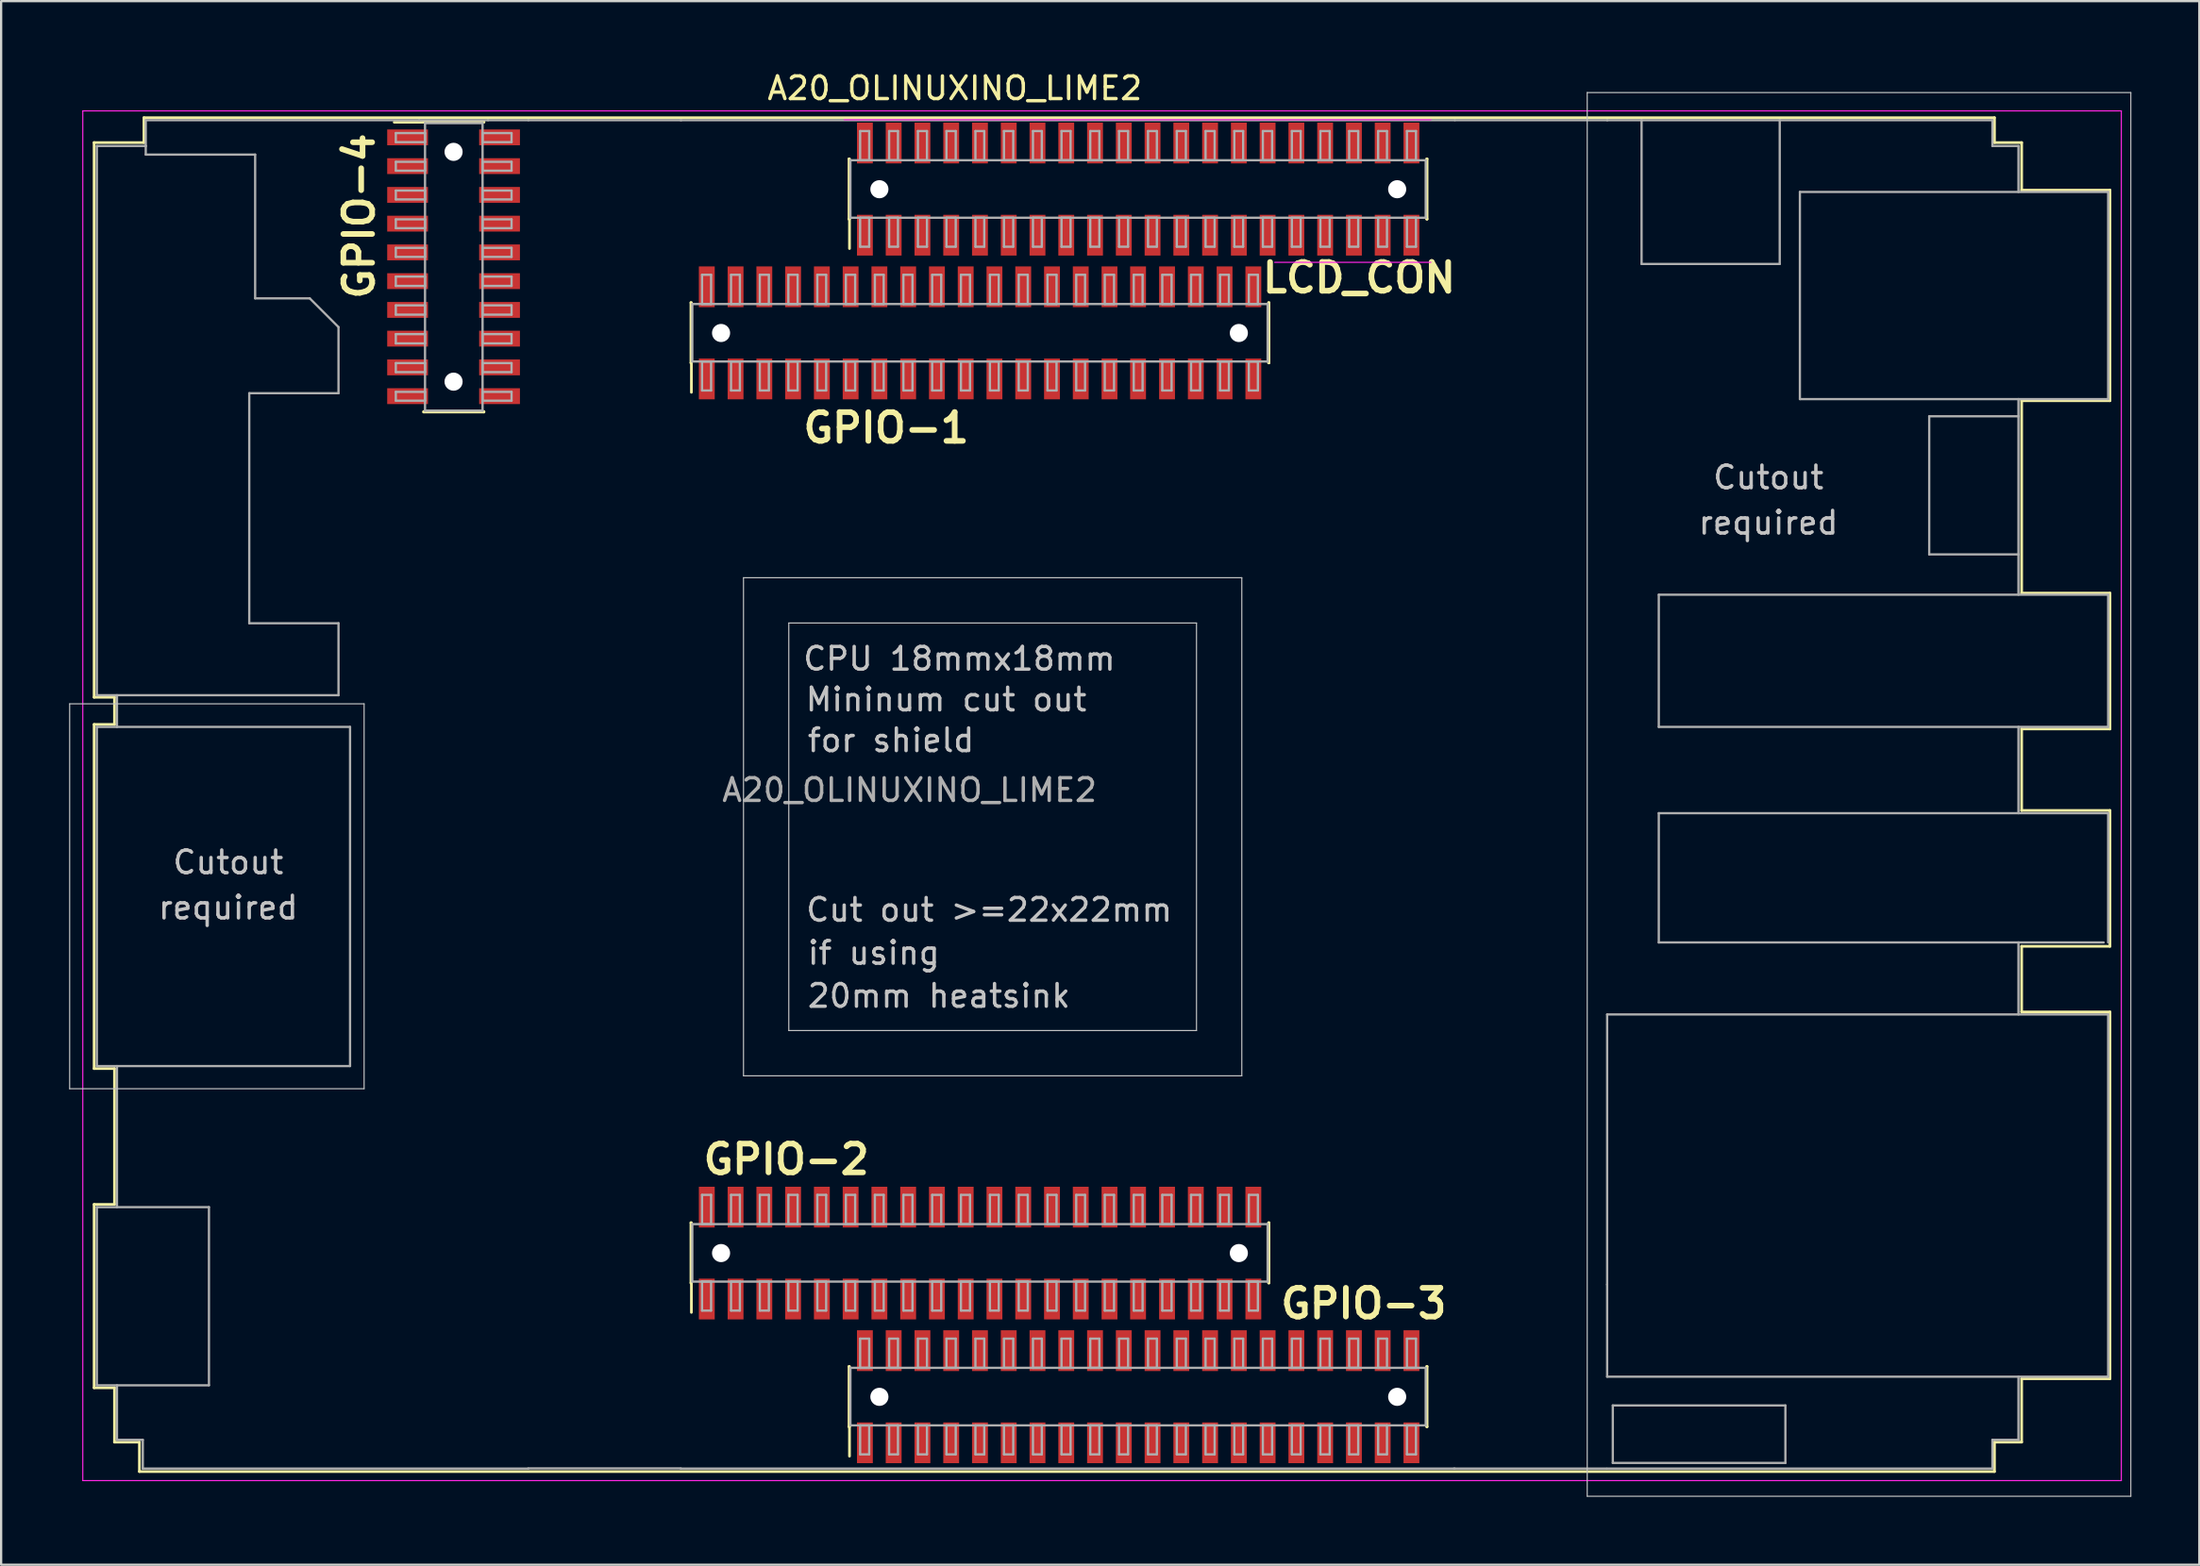
<source format=kicad_pcb>
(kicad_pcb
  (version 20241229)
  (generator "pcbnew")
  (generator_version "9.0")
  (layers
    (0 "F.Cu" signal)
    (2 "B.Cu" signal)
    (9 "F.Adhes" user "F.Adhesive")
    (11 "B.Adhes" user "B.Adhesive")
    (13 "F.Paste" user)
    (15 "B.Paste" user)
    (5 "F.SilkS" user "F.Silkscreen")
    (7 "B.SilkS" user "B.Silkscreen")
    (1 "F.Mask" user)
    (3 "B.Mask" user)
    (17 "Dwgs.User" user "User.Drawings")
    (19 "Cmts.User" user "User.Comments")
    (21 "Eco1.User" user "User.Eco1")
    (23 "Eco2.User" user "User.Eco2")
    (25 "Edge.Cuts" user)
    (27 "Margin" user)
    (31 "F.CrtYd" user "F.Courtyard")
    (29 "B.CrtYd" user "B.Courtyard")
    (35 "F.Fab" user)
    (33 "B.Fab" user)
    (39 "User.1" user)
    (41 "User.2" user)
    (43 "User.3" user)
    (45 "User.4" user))
  (footprint "A20_OLINUXINO_LIME2"
    (layer "F.Cu")
    (at 37.105 31.848)
    (property "Reference" "A20_OLINUXINO_LIME2" (at 2 -31 0) (layer "F.SilkS") (effects (font (size 1 1) (thickness 0.15))))
    (attr smd)
    (fp_line (start -36 -28.6) (end -36 -4.1) (stroke (width 0.12) (type solid)) (layer "F.SilkS"))
    (fp_line (start -36 -4.1) (end -35.1 -4.1) (stroke (width 0.12) (type solid)) (layer "F.SilkS"))
    (fp_line (start -36 -2.9) (end -36 12.3) (stroke (width 0.12) (type solid)) (layer "F.SilkS"))
    (fp_line (start -36 12.3) (end -35.1 12.3) (stroke (width 0.12) (type solid)) (layer "F.SilkS"))
    (fp_line (start -36 18.3) (end -36 26.4) (stroke (width 0.12) (type solid)) (layer "F.SilkS"))
    (fp_line (start -36 26.4) (end -35.1 26.4) (stroke (width 0.12) (type solid)) (layer "F.SilkS"))
    (fp_line (start -35.1 -4.1) (end -35.1 -2.9) (stroke (width 0.12) (type solid)) (layer "F.SilkS"))
    (fp_line (start -35.1 -2.9) (end -36 -2.9) (stroke (width 0.12) (type solid)) (layer "F.SilkS"))
    (fp_line (start -35.1 12.3) (end -35.1 18.3) (stroke (width 0.12) (type solid)) (layer "F.SilkS"))
    (fp_line (start -35.1 18.3) (end -36 18.3) (stroke (width 0.12) (type solid)) (layer "F.SilkS"))
    (fp_line (start -35.1 26.4) (end -35.1 28.8) (stroke (width 0.12) (type solid)) (layer "F.SilkS"))
    (fp_line (start -35.1 28.8) (end -34 28.8) (stroke (width 0.12) (type solid)) (layer "F.SilkS"))
    (fp_line (start -34 28.8) (end -34 30.1) (stroke (width 0.12) (type solid)) (layer "F.SilkS"))
    (fp_line (start -34 30.1) (end 47.9 30.1) (stroke (width 0.12) (type solid)) (layer "F.SilkS"))
    (fp_line (start -33.8 -29.7) (end -33.8 -28.6) (stroke (width 0.12) (type solid)) (layer "F.SilkS"))
    (fp_line (start -33.8 -28.6) (end -36 -28.6) (stroke (width 0.12) (type solid)) (layer "F.SilkS"))
    (fp_line (start -22.75 -29.5) (end -21.45 -29.5) (stroke (width 0.12) (type solid)) (layer "F.SilkS"))
    (fp_line (start -21.45 -29.52) (end -18.79 -29.52) (stroke (width 0.12) (type solid)) (layer "F.SilkS"))
    (fp_line (start -21.45 -29.5) (end -21.45 -29.52) (stroke (width 0.12) (type solid)) (layer "F.SilkS"))
    (fp_line (start -21.45 -16.72) (end -21.45 -16.7) (stroke (width 0.12) (type solid)) (layer "F.SilkS"))
    (fp_line (start -21.45 -16.7) (end -18.79 -16.7) (stroke (width 0.12) (type solid)) (layer "F.SilkS"))
    (fp_line (start -18.79 -29.52) (end -18.79 -29.5) (stroke (width 0.12) (type solid)) (layer "F.SilkS"))
    (fp_line (start -18.79 -16.7) (end -18.79 -16.72) (stroke (width 0.12) (type solid)) (layer "F.SilkS"))
    (fp_line (start -9.65 -21.53) (end -9.63 -21.53) (stroke (width 0.12) (type solid)) (layer "F.SilkS"))
    (fp_line (start -9.65 -18.87) (end -9.65 -21.53) (stroke (width 0.12) (type solid)) (layer "F.SilkS"))
    (fp_line (start -9.65 19.11) (end -9.63 19.11) (stroke (width 0.12) (type solid)) (layer "F.SilkS"))
    (fp_line (start -9.65 21.77) (end -9.65 19.11) (stroke (width 0.12) (type solid)) (layer "F.SilkS"))
    (fp_line (start -9.63 -18.87) (end -9.65 -18.87) (stroke (width 0.12) (type solid)) (layer "F.SilkS"))
    (fp_line (start -9.63 -17.57) (end -9.63 -18.87) (stroke (width 0.12) (type solid)) (layer "F.SilkS"))
    (fp_line (start -9.63 21.77) (end -9.65 21.77) (stroke (width 0.12) (type solid)) (layer "F.SilkS"))
    (fp_line (start -9.63 23.07) (end -9.63 21.77) (stroke (width 0.12) (type solid)) (layer "F.SilkS"))
    (fp_line (start -2.67 -27.88) (end -2.65 -27.88) (stroke (width 0.12) (type solid)) (layer "F.SilkS"))
    (fp_line (start -2.67 -25.22) (end -2.67 -27.88) (stroke (width 0.12) (type solid)) (layer "F.SilkS"))
    (fp_line (start -2.67 25.46) (end -2.65 25.46) (stroke (width 0.12) (type solid)) (layer "F.SilkS"))
    (fp_line (start -2.67 28.12) (end -2.67 25.46) (stroke (width 0.12) (type solid)) (layer "F.SilkS"))
    (fp_line (start -2.65 -25.22) (end -2.67 -25.22) (stroke (width 0.12) (type solid)) (layer "F.SilkS"))
    (fp_line (start -2.65 -23.92) (end -2.65 -25.22) (stroke (width 0.12) (type solid)) (layer "F.SilkS"))
    (fp_line (start -2.65 28.12) (end -2.67 28.12) (stroke (width 0.12) (type solid)) (layer "F.SilkS"))
    (fp_line (start -2.65 29.42) (end -2.65 28.12) (stroke (width 0.12) (type solid)) (layer "F.SilkS"))
    (fp_line (start 15.85 -18.87) (end 15.87 -18.87) (stroke (width 0.12) (type solid)) (layer "F.SilkS"))
    (fp_line (start 15.85 21.77) (end 15.87 21.77) (stroke (width 0.12) (type solid)) (layer "F.SilkS"))
    (fp_line (start 15.87 -21.53) (end 15.85 -21.53) (stroke (width 0.12) (type solid)) (layer "F.SilkS"))
    (fp_line (start 15.87 -18.87) (end 15.87 -21.53) (stroke (width 0.12) (type solid)) (layer "F.SilkS"))
    (fp_line (start 15.87 19.11) (end 15.85 19.11) (stroke (width 0.12) (type solid)) (layer "F.SilkS"))
    (fp_line (start 15.87 21.77) (end 15.87 19.11) (stroke (width 0.12) (type solid)) (layer "F.SilkS"))
    (fp_line (start 22.83 -25.22) (end 22.85 -25.22) (stroke (width 0.12) (type solid)) (layer "F.SilkS"))
    (fp_line (start 22.83 28.12) (end 22.85 28.12) (stroke (width 0.12) (type solid)) (layer "F.SilkS"))
    (fp_line (start 22.85 -27.88) (end 22.83 -27.88) (stroke (width 0.12) (type solid)) (layer "F.SilkS"))
    (fp_line (start 22.85 -25.22) (end 22.85 -27.88) (stroke (width 0.12) (type solid)) (layer "F.SilkS"))
    (fp_line (start 22.85 25.46) (end 22.83 25.46) (stroke (width 0.12) (type solid)) (layer "F.SilkS"))
    (fp_line (start 22.85 28.12) (end 22.85 25.46) (stroke (width 0.12) (type solid)) (layer "F.SilkS"))
    (fp_line (start 47.9 -29.7) (end -33.8 -29.7) (stroke (width 0.12) (type solid)) (layer "F.SilkS"))
    (fp_line (start 47.9 -28.6) (end 47.9 -29.7) (stroke (width 0.12) (type solid)) (layer "F.SilkS"))
    (fp_line (start 47.9 28.8) (end 49.1 28.8) (stroke (width 0.12) (type solid)) (layer "F.SilkS"))
    (fp_line (start 47.9 30.1) (end 47.9 28.8) (stroke (width 0.12) (type solid)) (layer "F.SilkS"))
    (fp_line (start 49.1 -28.6) (end 47.9 -28.6) (stroke (width 0.12) (type solid)) (layer "F.SilkS"))
    (fp_line (start 49.1 -26.5) (end 49.1 -28.6) (stroke (width 0.12) (type solid)) (layer "F.SilkS"))
    (fp_line (start 49.1 -17.2) (end 53 -17.2) (stroke (width 0.12) (type solid)) (layer "F.SilkS"))
    (fp_line (start 49.1 -8.7) (end 49.1 -17.2) (stroke (width 0.12) (type solid)) (layer "F.SilkS"))
    (fp_line (start 49.1 -2.7) (end 53 -2.7) (stroke (width 0.12) (type solid)) (layer "F.SilkS"))
    (fp_line (start 49.1 0.9) (end 49.1 -2.7) (stroke (width 0.12) (type solid)) (layer "F.SilkS"))
    (fp_line (start 49.1 6.9) (end 53 6.9) (stroke (width 0.12) (type solid)) (layer "F.SilkS"))
    (fp_line (start 49.1 9.8) (end 49.1 6.9) (stroke (width 0.12) (type solid)) (layer "F.SilkS"))
    (fp_line (start 49.1 26) (end 53 26) (stroke (width 0.12) (type solid)) (layer "F.SilkS"))
    (fp_line (start 49.1 28.8) (end 49.1 26) (stroke (width 0.12) (type solid)) (layer "F.SilkS"))
    (fp_line (start 53 -26.5) (end 49.1 -26.5) (stroke (width 0.12) (type solid)) (layer "F.SilkS"))
    (fp_line (start 53 -17.2) (end 53 -26.5) (stroke (width 0.12) (type solid)) (layer "F.SilkS"))
    (fp_line (start 53 -8.7) (end 49.1 -8.7) (stroke (width 0.12) (type solid)) (layer "F.SilkS"))
    (fp_line (start 53 -2.7) (end 53 -8.7) (stroke (width 0.12) (type solid)) (layer "F.SilkS"))
    (fp_line (start 53 0.9) (end 49.1 0.9) (stroke (width 0.12) (type solid)) (layer "F.SilkS"))
    (fp_line (start 53 6.9) (end 53 0.9) (stroke (width 0.12) (type solid)) (layer "F.SilkS"))
    (fp_line (start 53 9.8) (end 49.1 9.8) (stroke (width 0.12) (type solid)) (layer "F.SilkS"))
    (fp_line (start 53 26) (end 53 9.8) (stroke (width 0.12) (type solid)) (layer "F.SilkS"))
    (fp_line (start -37.08 -3.81) (end -37.08 13.19) (stroke (width 0.05) (type solid)) (layer "Dwgs.User"))
    (fp_line (start -37.08 13.19) (end -24.08 13.19) (stroke (width 0.05) (type solid)) (layer "Dwgs.User"))
    (fp_line (start -24.08 -3.81) (end -37.08 -3.81) (stroke (width 0.05) (type solid)) (layer "Dwgs.User"))
    (fp_line (start -24.08 13.19) (end -24.08 -3.81) (stroke (width 0.05) (type solid)) (layer "Dwgs.User"))
    (fp_line (start -7.33 -9.38) (end -7.33 12.62) (stroke (width 0.05) (type solid)) (layer "Dwgs.User"))
    (fp_line (start -7.33 12.62) (end 14.67 12.62) (stroke (width 0.05) (type solid)) (layer "Dwgs.User"))
    (fp_line (start -5.33 -7.38) (end -5.33 10.62) (stroke (width 0.05) (type solid)) (layer "Dwgs.User"))
    (fp_line (start -5.33 10.62) (end 12.67 10.62) (stroke (width 0.05) (type solid)) (layer "Dwgs.User"))
    (fp_line (start 12.67 -7.38) (end -5.33 -7.38) (stroke (width 0.05) (type solid)) (layer "Dwgs.User"))
    (fp_line (start 12.67 10.62) (end 12.67 -7.38) (stroke (width 0.05) (type solid)) (layer "Dwgs.User"))
    (fp_line (start 14.67 -9.38) (end -7.33 -9.38) (stroke (width 0.05) (type solid)) (layer "Dwgs.User"))
    (fp_line (start 14.67 12.62) (end 14.67 -9.38) (stroke (width 0.05) (type solid)) (layer "Dwgs.User"))
    (fp_line (start 29.92 -30.81) (end 53.92 -30.81) (stroke (width 0.05) (type solid)) (layer "Dwgs.User"))
    (fp_line (start 29.92 31.19) (end 29.92 -30.81) (stroke (width 0.05) (type solid)) (layer "Dwgs.User"))
    (fp_line (start 53.92 -30.81) (end 53.92 31.19) (stroke (width 0.05) (type solid)) (layer "Dwgs.User"))
    (fp_line (start 53.92 31.19) (end 29.92 31.19) (stroke (width 0.05) (type solid)) (layer "Dwgs.User"))
    (fp_line (start -36.5 -30) (end -36.5 30.5) (stroke (width 0.05) (type solid)) (layer "F.CrtYd"))
    (fp_line (start -36.5 30.5) (end 53.5 30.5) (stroke (width 0.05) (type solid)) (layer "F.CrtYd"))
    (fp_line (start 16.12 -23.31) (end 23.02 -23.31) (stroke (width 0.05) (type solid)) (layer "F.CrtYd"))
    (fp_line (start 23.02 -29.61) (end -2.88 -29.61) (stroke (width 0.05) (type solid)) (layer "F.CrtYd"))
    (fp_line (start 53.5 -30) (end -36.5 -30) (stroke (width 0.05) (type solid)) (layer "F.CrtYd"))
    (fp_line (start 53.5 30.5) (end 53.5 -30) (stroke (width 0.05) (type solid)) (layer "F.CrtYd"))
    (fp_line (start -35.88 -28.45) (end -33.72 -28.45) (stroke (width 0.1) (type solid)) (layer "F.Fab"))
    (fp_line (start -35.88 -4.19) (end -35.88 -28.45) (stroke (width 0.1) (type solid)) (layer "F.Fab"))
    (fp_line (start -35.88 -4.19) (end -25.21 -4.19) (stroke (width 0.1) (type solid)) (layer "F.Fab"))
    (fp_line (start -35.88 12.19) (end -35.88 -2.79) (stroke (width 0.1) (type solid)) (layer "F.Fab"))
    (fp_line (start -35.88 12.19) (end -24.7 12.19) (stroke (width 0.1) (type solid)) (layer "F.Fab"))
    (fp_line (start -35.88 26.29) (end -35.88 18.42) (stroke (width 0.1) (type solid)) (layer "F.Fab"))
    (fp_line (start -35.88 26.29) (end -30.93 26.29) (stroke (width 0.1) (type solid)) (layer "F.Fab"))
    (fp_line (start -34.99 -2.79) (end -34.99 -4.19) (stroke (width 0.1) (type solid)) (layer "F.Fab"))
    (fp_line (start -34.99 18.42) (end -34.99 12.19) (stroke (width 0.1) (type solid)) (layer "F.Fab"))
    (fp_line (start -34.99 28.7) (end -34.99 26.29) (stroke (width 0.1) (type solid)) (layer "F.Fab"))
    (fp_line (start -33.85 28.7) (end -34.99 28.7) (stroke (width 0.1) (type solid)) (layer "F.Fab"))
    (fp_line (start -33.85 29.97) (end -33.85 28.7) (stroke (width 0.1) (type solid)) (layer "F.Fab"))
    (fp_line (start -33.72 -29.59) (end -21.65 -29.59) (stroke (width 0.1) (type solid)) (layer "F.Fab"))
    (fp_line (start -33.72 -28.45) (end -33.72 -29.59) (stroke (width 0.1) (type solid)) (layer "F.Fab"))
    (fp_line (start -33.72 -28.07) (end -33.72 -28.45) (stroke (width 0.1) (type solid)) (layer "F.Fab"))
    (fp_line (start -30.93 18.42) (end -35.88 18.42) (stroke (width 0.1) (type solid)) (layer "F.Fab"))
    (fp_line (start -30.93 26.29) (end -30.93 18.42) (stroke (width 0.1) (type solid)) (layer "F.Fab"))
    (fp_line (start -29.15 -17.53) (end -25.21 -17.53) (stroke (width 0.1) (type solid)) (layer "F.Fab"))
    (fp_line (start -29.15 -7.37) (end -29.15 -17.53) (stroke (width 0.1) (type solid)) (layer "F.Fab"))
    (fp_line (start -28.89 -28.07) (end -33.72 -28.07) (stroke (width 0.1) (type solid)) (layer "F.Fab"))
    (fp_line (start -28.89 -21.72) (end -28.89 -28.07) (stroke (width 0.1) (type solid)) (layer "F.Fab"))
    (fp_line (start -26.48 -21.72) (end -28.89 -21.72) (stroke (width 0.1) (type solid)) (layer "F.Fab"))
    (fp_line (start -25.21 -20.45) (end -26.48 -21.72) (stroke (width 0.1) (type solid)) (layer "F.Fab"))
    (fp_line (start -25.21 -17.53) (end -25.21 -20.45) (stroke (width 0.1) (type solid)) (layer "F.Fab"))
    (fp_line (start -25.21 -7.37) (end -29.15 -7.37) (stroke (width 0.1) (type solid)) (layer "F.Fab"))
    (fp_line (start -25.21 -4.19) (end -25.21 -7.37) (stroke (width 0.1) (type solid)) (layer "F.Fab"))
    (fp_line (start -24.7 -2.79) (end -35.88 -2.79) (stroke (width 0.1) (type solid)) (layer "F.Fab"))
    (fp_line (start -24.7 12.19) (end -24.7 -2.79) (stroke (width 0.1) (type solid)) (layer "F.Fab"))
    (fp_line (start -22.68 -29.02) (end -21.39 -29.02) (stroke (width 0.1) (type solid)) (layer "F.Fab"))
    (fp_line (start -22.68 -28.62) (end -22.68 -29.02) (stroke (width 0.1) (type solid)) (layer "F.Fab"))
    (fp_line (start -22.68 -27.75) (end -21.39 -27.75) (stroke (width 0.1) (type solid)) (layer "F.Fab"))
    (fp_line (start -22.68 -27.36) (end -22.68 -27.75) (stroke (width 0.1) (type solid)) (layer "F.Fab"))
    (fp_line (start -22.68 -26.48) (end -21.39 -26.48) (stroke (width 0.1) (type solid)) (layer "F.Fab"))
    (fp_line (start -22.68 -26.09) (end -22.68 -26.48) (stroke (width 0.1) (type solid)) (layer "F.Fab"))
    (fp_line (start -22.68 -25.21) (end -21.39 -25.21) (stroke (width 0.1) (type solid)) (layer "F.Fab"))
    (fp_line (start -22.68 -24.82) (end -22.68 -25.21) (stroke (width 0.1) (type solid)) (layer "F.Fab"))
    (fp_line (start -22.68 -23.95) (end -21.39 -23.95) (stroke (width 0.1) (type solid)) (layer "F.Fab"))
    (fp_line (start -22.68 -23.55) (end -22.68 -23.95) (stroke (width 0.1) (type solid)) (layer "F.Fab"))
    (fp_line (start -22.68 -22.68) (end -21.39 -22.68) (stroke (width 0.1) (type solid)) (layer "F.Fab"))
    (fp_line (start -22.68 -22.27) (end -22.68 -22.68) (stroke (width 0.1) (type solid)) (layer "F.Fab"))
    (fp_line (start -22.68 -21.41) (end -21.39 -21.41) (stroke (width 0.1) (type solid)) (layer "F.Fab"))
    (fp_line (start -22.68 -21) (end -22.68 -21.41) (stroke (width 0.1) (type solid)) (layer "F.Fab"))
    (fp_line (start -22.68 -20.14) (end -21.39 -20.14) (stroke (width 0.1) (type solid)) (layer "F.Fab"))
    (fp_line (start -22.68 -19.73) (end -22.68 -20.14) (stroke (width 0.1) (type solid)) (layer "F.Fab"))
    (fp_line (start -22.68 -18.86) (end -21.39 -18.86) (stroke (width 0.1) (type solid)) (layer "F.Fab"))
    (fp_line (start -22.68 -18.46) (end -22.68 -18.86) (stroke (width 0.1) (type solid)) (layer "F.Fab"))
    (fp_line (start -22.68 -17.59) (end -21.39 -17.59) (stroke (width 0.1) (type solid)) (layer "F.Fab"))
    (fp_line (start -22.68 -17.2) (end -22.68 -17.59) (stroke (width 0.1) (type solid)) (layer "F.Fab"))
    (fp_line (start -21.65 -29.59) (end -18.61 -29.59) (stroke (width 0.1) (type solid)) (layer "F.Fab"))
    (fp_line (start -21.39 -29.46) (end -21.39 -16.76) (stroke (width 0.1) (type solid)) (layer "F.Fab"))
    (fp_line (start -21.39 -29.02) (end -21.39 -28.62) (stroke (width 0.1) (type solid)) (layer "F.Fab"))
    (fp_line (start -21.39 -28.62) (end -22.68 -28.62) (stroke (width 0.1) (type solid)) (layer "F.Fab"))
    (fp_line (start -21.39 -27.75) (end -21.39 -27.36) (stroke (width 0.1) (type solid)) (layer "F.Fab"))
    (fp_line (start -21.39 -27.36) (end -22.68 -27.36) (stroke (width 0.1) (type solid)) (layer "F.Fab"))
    (fp_line (start -21.39 -26.48) (end -21.39 -26.09) (stroke (width 0.1) (type solid)) (layer "F.Fab"))
    (fp_line (start -21.39 -26.09) (end -22.68 -26.09) (stroke (width 0.1) (type solid)) (layer "F.Fab"))
    (fp_line (start -21.39 -25.21) (end -21.39 -24.82) (stroke (width 0.1) (type solid)) (layer "F.Fab"))
    (fp_line (start -21.39 -24.82) (end -22.68 -24.82) (stroke (width 0.1) (type solid)) (layer "F.Fab"))
    (fp_line (start -21.39 -23.95) (end -21.39 -23.55) (stroke (width 0.1) (type solid)) (layer "F.Fab"))
    (fp_line (start -21.39 -23.55) (end -22.68 -23.55) (stroke (width 0.1) (type solid)) (layer "F.Fab"))
    (fp_line (start -21.39 -22.68) (end -21.39 -22.27) (stroke (width 0.1) (type solid)) (layer "F.Fab"))
    (fp_line (start -21.39 -22.27) (end -22.68 -22.27) (stroke (width 0.1) (type solid)) (layer "F.Fab"))
    (fp_line (start -21.39 -21.41) (end -21.39 -21) (stroke (width 0.1) (type solid)) (layer "F.Fab"))
    (fp_line (start -21.39 -21) (end -22.68 -21) (stroke (width 0.1) (type solid)) (layer "F.Fab"))
    (fp_line (start -21.39 -20.14) (end -21.39 -19.73) (stroke (width 0.1) (type solid)) (layer "F.Fab"))
    (fp_line (start -21.39 -19.73) (end -22.68 -19.73) (stroke (width 0.1) (type solid)) (layer "F.Fab"))
    (fp_line (start -21.39 -18.86) (end -21.39 -18.46) (stroke (width 0.1) (type solid)) (layer "F.Fab"))
    (fp_line (start -21.39 -18.46) (end -22.68 -18.46) (stroke (width 0.1) (type solid)) (layer "F.Fab"))
    (fp_line (start -21.39 -17.59) (end -21.39 -17.2) (stroke (width 0.1) (type solid)) (layer "F.Fab"))
    (fp_line (start -21.39 -17.2) (end -22.68 -17.2) (stroke (width 0.1) (type solid)) (layer "F.Fab"))
    (fp_line (start -21.39 -16.76) (end -18.85 -16.76) (stroke (width 0.1) (type solid)) (layer "F.Fab"))
    (fp_line (start -18.85 -29.46) (end -21.39 -29.46) (stroke (width 0.1) (type solid)) (layer "F.Fab"))
    (fp_line (start -18.85 -29.02) (end -18.85 -28.62) (stroke (width 0.1) (type solid)) (layer "F.Fab"))
    (fp_line (start -18.85 -28.62) (end -17.57 -28.62) (stroke (width 0.1) (type solid)) (layer "F.Fab"))
    (fp_line (start -18.85 -27.75) (end -18.85 -27.36) (stroke (width 0.1) (type solid)) (layer "F.Fab"))
    (fp_line (start -18.85 -27.36) (end -17.57 -27.36) (stroke (width 0.1) (type solid)) (layer "F.Fab"))
    (fp_line (start -18.85 -26.48) (end -18.85 -26.09) (stroke (width 0.1) (type solid)) (layer "F.Fab"))
    (fp_line (start -18.85 -26.09) (end -17.57 -26.09) (stroke (width 0.1) (type solid)) (layer "F.Fab"))
    (fp_line (start -18.85 -25.21) (end -18.85 -24.82) (stroke (width 0.1) (type solid)) (layer "F.Fab"))
    (fp_line (start -18.85 -24.82) (end -17.57 -24.82) (stroke (width 0.1) (type solid)) (layer "F.Fab"))
    (fp_line (start -18.85 -23.95) (end -18.85 -23.55) (stroke (width 0.1) (type solid)) (layer "F.Fab"))
    (fp_line (start -18.85 -23.55) (end -17.57 -23.55) (stroke (width 0.1) (type solid)) (layer "F.Fab"))
    (fp_line (start -18.85 -22.68) (end -18.85 -22.27) (stroke (width 0.1) (type solid)) (layer "F.Fab"))
    (fp_line (start -18.85 -22.27) (end -17.57 -22.27) (stroke (width 0.1) (type solid)) (layer "F.Fab"))
    (fp_line (start -18.85 -21.41) (end -18.85 -21) (stroke (width 0.1) (type solid)) (layer "F.Fab"))
    (fp_line (start -18.85 -21) (end -17.57 -21) (stroke (width 0.1) (type solid)) (layer "F.Fab"))
    (fp_line (start -18.85 -20.14) (end -18.85 -19.73) (stroke (width 0.1) (type solid)) (layer "F.Fab"))
    (fp_line (start -18.85 -19.73) (end -17.57 -19.73) (stroke (width 0.1) (type solid)) (layer "F.Fab"))
    (fp_line (start -18.85 -18.86) (end -18.85 -18.46) (stroke (width 0.1) (type solid)) (layer "F.Fab"))
    (fp_line (start -18.85 -18.46) (end -17.57 -18.46) (stroke (width 0.1) (type solid)) (layer "F.Fab"))
    (fp_line (start -18.85 -17.59) (end -18.85 -17.2) (stroke (width 0.1) (type solid)) (layer "F.Fab"))
    (fp_line (start -18.85 -17.2) (end -17.57 -17.2) (stroke (width 0.1) (type solid)) (layer "F.Fab"))
    (fp_line (start -18.85 -16.76) (end -18.85 -29.46) (stroke (width 0.1) (type solid)) (layer "F.Fab"))
    (fp_line (start -18.61 -29.59) (end -16.83 -29.59) (stroke (width 0.1) (type solid)) (layer "F.Fab"))
    (fp_line (start -17.57 -29.02) (end -18.85 -29.02) (stroke (width 0.1) (type solid)) (layer "F.Fab"))
    (fp_line (start -17.57 -28.62) (end -17.57 -29.02) (stroke (width 0.1) (type solid)) (layer "F.Fab"))
    (fp_line (start -17.57 -27.75) (end -18.85 -27.75) (stroke (width 0.1) (type solid)) (layer "F.Fab"))
    (fp_line (start -17.57 -27.36) (end -17.57 -27.75) (stroke (width 0.1) (type solid)) (layer "F.Fab"))
    (fp_line (start -17.57 -26.48) (end -18.85 -26.48) (stroke (width 0.1) (type solid)) (layer "F.Fab"))
    (fp_line (start -17.57 -26.09) (end -17.57 -26.48) (stroke (width 0.1) (type solid)) (layer "F.Fab"))
    (fp_line (start -17.57 -25.21) (end -18.85 -25.21) (stroke (width 0.1) (type solid)) (layer "F.Fab"))
    (fp_line (start -17.57 -24.82) (end -17.57 -25.21) (stroke (width 0.1) (type solid)) (layer "F.Fab"))
    (fp_line (start -17.57 -23.95) (end -18.85 -23.95) (stroke (width 0.1) (type solid)) (layer "F.Fab"))
    (fp_line (start -17.57 -23.55) (end -17.57 -23.95) (stroke (width 0.1) (type solid)) (layer "F.Fab"))
    (fp_line (start -17.57 -22.68) (end -18.85 -22.68) (stroke (width 0.1) (type solid)) (layer "F.Fab"))
    (fp_line (start -17.57 -22.27) (end -17.57 -22.68) (stroke (width 0.1) (type solid)) (layer "F.Fab"))
    (fp_line (start -17.57 -21.41) (end -18.85 -21.41) (stroke (width 0.1) (type solid)) (layer "F.Fab"))
    (fp_line (start -17.57 -21) (end -17.57 -21.41) (stroke (width 0.1) (type solid)) (layer "F.Fab"))
    (fp_line (start -17.57 -20.14) (end -18.85 -20.14) (stroke (width 0.1) (type solid)) (layer "F.Fab"))
    (fp_line (start -17.57 -19.73) (end -17.57 -20.14) (stroke (width 0.1) (type solid)) (layer "F.Fab"))
    (fp_line (start -17.57 -18.86) (end -18.85 -18.86) (stroke (width 0.1) (type solid)) (layer "F.Fab"))
    (fp_line (start -17.57 -18.46) (end -17.57 -18.86) (stroke (width 0.1) (type solid)) (layer "F.Fab"))
    (fp_line (start -17.57 -17.59) (end -18.85 -17.59) (stroke (width 0.1) (type solid)) (layer "F.Fab"))
    (fp_line (start -17.57 -17.2) (end -17.57 -17.59) (stroke (width 0.1) (type solid)) (layer "F.Fab"))
    (fp_line (start -16.83 29.97) (end -33.85 29.97) (stroke (width 0.1) (type solid)) (layer "F.Fab"))
    (fp_line (start -16.82 -29.59) (end -10.08 -29.59) (stroke (width 0.1) (type solid)) (layer "F.Fab"))
    (fp_line (start -10.1 -29.59) (end 24.07 -29.59) (stroke (width 0.1) (type solid)) (layer "F.Fab"))
    (fp_line (start -10.1 29.96) (end -16.83 29.96) (stroke (width 0.1) (type solid)) (layer "F.Fab"))
    (fp_line (start -9.59 -21.47) (end -9.59 -18.93) (stroke (width 0.1) (type solid)) (layer "F.Fab"))
    (fp_line (start -9.59 -18.93) (end 15.81 -18.93) (stroke (width 0.1) (type solid)) (layer "F.Fab"))
    (fp_line (start -9.59 19.17) (end -9.59 21.71) (stroke (width 0.1) (type solid)) (layer "F.Fab"))
    (fp_line (start -9.59 21.71) (end 15.81 21.71) (stroke (width 0.1) (type solid)) (layer "F.Fab"))
    (fp_line (start -9.16 -22.76) (end -9.16 -21.47) (stroke (width 0.1) (type solid)) (layer "F.Fab"))
    (fp_line (start -9.16 -21.47) (end -8.76 -21.47) (stroke (width 0.1) (type solid)) (layer "F.Fab"))
    (fp_line (start -9.16 -18.93) (end -8.76 -18.93) (stroke (width 0.1) (type solid)) (layer "F.Fab"))
    (fp_line (start -9.16 -17.65) (end -9.16 -18.93) (stroke (width 0.1) (type solid)) (layer "F.Fab"))
    (fp_line (start -9.16 17.88) (end -9.16 19.17) (stroke (width 0.1) (type solid)) (layer "F.Fab"))
    (fp_line (start -9.16 19.17) (end -8.76 19.17) (stroke (width 0.1) (type solid)) (layer "F.Fab"))
    (fp_line (start -9.16 21.71) (end -8.76 21.71) (stroke (width 0.1) (type solid)) (layer "F.Fab"))
    (fp_line (start -9.16 22.99) (end -9.16 21.71) (stroke (width 0.1) (type solid)) (layer "F.Fab"))
    (fp_line (start -8.76 -22.76) (end -9.16 -22.76) (stroke (width 0.1) (type solid)) (layer "F.Fab"))
    (fp_line (start -8.76 -21.47) (end -8.76 -22.76) (stroke (width 0.1) (type solid)) (layer "F.Fab"))
    (fp_line (start -8.76 -18.93) (end -8.76 -17.65) (stroke (width 0.1) (type solid)) (layer "F.Fab"))
    (fp_line (start -8.76 -17.65) (end -9.16 -17.65) (stroke (width 0.1) (type solid)) (layer "F.Fab"))
    (fp_line (start -8.76 17.88) (end -9.16 17.88) (stroke (width 0.1) (type solid)) (layer "F.Fab"))
    (fp_line (start -8.76 19.17) (end -8.76 17.88) (stroke (width 0.1) (type solid)) (layer "F.Fab"))
    (fp_line (start -8.76 21.71) (end -8.76 22.99) (stroke (width 0.1) (type solid)) (layer "F.Fab"))
    (fp_line (start -8.76 22.99) (end -9.16 22.99) (stroke (width 0.1) (type solid)) (layer "F.Fab"))
    (fp_line (start -7.88 -22.76) (end -7.88 -21.47) (stroke (width 0.1) (type solid)) (layer "F.Fab"))
    (fp_line (start -7.88 -21.47) (end -7.49 -21.47) (stroke (width 0.1) (type solid)) (layer "F.Fab"))
    (fp_line (start -7.88 -18.93) (end -7.49 -18.93) (stroke (width 0.1) (type solid)) (layer "F.Fab"))
    (fp_line (start -7.88 -17.65) (end -7.88 -18.93) (stroke (width 0.1) (type solid)) (layer "F.Fab"))
    (fp_line (start -7.88 17.88) (end -7.88 19.17) (stroke (width 0.1) (type solid)) (layer "F.Fab"))
    (fp_line (start -7.88 19.17) (end -7.49 19.17) (stroke (width 0.1) (type solid)) (layer "F.Fab"))
    (fp_line (start -7.88 21.71) (end -7.49 21.71) (stroke (width 0.1) (type solid)) (layer "F.Fab"))
    (fp_line (start -7.88 22.99) (end -7.88 21.71) (stroke (width 0.1) (type solid)) (layer "F.Fab"))
    (fp_line (start -7.49 -22.76) (end -7.88 -22.76) (stroke (width 0.1) (type solid)) (layer "F.Fab"))
    (fp_line (start -7.49 -21.47) (end -7.49 -22.76) (stroke (width 0.1) (type solid)) (layer "F.Fab"))
    (fp_line (start -7.49 -18.93) (end -7.49 -17.65) (stroke (width 0.1) (type solid)) (layer "F.Fab"))
    (fp_line (start -7.49 -17.65) (end -7.88 -17.65) (stroke (width 0.1) (type solid)) (layer "F.Fab"))
    (fp_line (start -7.49 17.88) (end -7.88 17.88) (stroke (width 0.1) (type solid)) (layer "F.Fab"))
    (fp_line (start -7.49 19.17) (end -7.49 17.88) (stroke (width 0.1) (type solid)) (layer "F.Fab"))
    (fp_line (start -7.49 21.71) (end -7.49 22.99) (stroke (width 0.1) (type solid)) (layer "F.Fab"))
    (fp_line (start -7.49 22.99) (end -7.88 22.99) (stroke (width 0.1) (type solid)) (layer "F.Fab"))
    (fp_line (start -6.61 -22.76) (end -6.61 -21.47) (stroke (width 0.1) (type solid)) (layer "F.Fab"))
    (fp_line (start -6.61 -21.47) (end -6.21 -21.47) (stroke (width 0.1) (type solid)) (layer "F.Fab"))
    (fp_line (start -6.61 -18.93) (end -6.21 -18.93) (stroke (width 0.1) (type solid)) (layer "F.Fab"))
    (fp_line (start -6.61 -17.65) (end -6.61 -18.93) (stroke (width 0.1) (type solid)) (layer "F.Fab"))
    (fp_line (start -6.61 17.88) (end -6.61 19.17) (stroke (width 0.1) (type solid)) (layer "F.Fab"))
    (fp_line (start -6.61 19.17) (end -6.21 19.17) (stroke (width 0.1) (type solid)) (layer "F.Fab"))
    (fp_line (start -6.61 21.71) (end -6.21 21.71) (stroke (width 0.1) (type solid)) (layer "F.Fab"))
    (fp_line (start -6.61 22.99) (end -6.61 21.71) (stroke (width 0.1) (type solid)) (layer "F.Fab"))
    (fp_line (start -6.21 -22.76) (end -6.61 -22.76) (stroke (width 0.1) (type solid)) (layer "F.Fab"))
    (fp_line (start -6.21 -21.47) (end -6.21 -22.76) (stroke (width 0.1) (type solid)) (layer "F.Fab"))
    (fp_line (start -6.21 -18.93) (end -6.21 -17.65) (stroke (width 0.1) (type solid)) (layer "F.Fab"))
    (fp_line (start -6.21 -17.65) (end -6.61 -17.65) (stroke (width 0.1) (type solid)) (layer "F.Fab"))
    (fp_line (start -6.21 17.88) (end -6.61 17.88) (stroke (width 0.1) (type solid)) (layer "F.Fab"))
    (fp_line (start -6.21 19.17) (end -6.21 17.88) (stroke (width 0.1) (type solid)) (layer "F.Fab"))
    (fp_line (start -6.21 21.71) (end -6.21 22.99) (stroke (width 0.1) (type solid)) (layer "F.Fab"))
    (fp_line (start -6.21 22.99) (end -6.61 22.99) (stroke (width 0.1) (type solid)) (layer "F.Fab"))
    (fp_line (start -5.35 -22.76) (end -5.35 -21.47) (stroke (width 0.1) (type solid)) (layer "F.Fab"))
    (fp_line (start -5.35 -21.47) (end -4.94 -21.47) (stroke (width 0.1) (type solid)) (layer "F.Fab"))
    (fp_line (start -5.35 -18.93) (end -4.94 -18.93) (stroke (width 0.1) (type solid)) (layer "F.Fab"))
    (fp_line (start -5.35 -17.65) (end -5.35 -18.93) (stroke (width 0.1) (type solid)) (layer "F.Fab"))
    (fp_line (start -5.35 17.88) (end -5.35 19.17) (stroke (width 0.1) (type solid)) (layer "F.Fab"))
    (fp_line (start -5.35 19.17) (end -4.94 19.17) (stroke (width 0.1) (type solid)) (layer "F.Fab"))
    (fp_line (start -5.35 21.71) (end -4.94 21.71) (stroke (width 0.1) (type solid)) (layer "F.Fab"))
    (fp_line (start -5.35 22.99) (end -5.35 21.71) (stroke (width 0.1) (type solid)) (layer "F.Fab"))
    (fp_line (start -4.94 -22.76) (end -5.35 -22.76) (stroke (width 0.1) (type solid)) (layer "F.Fab"))
    (fp_line (start -4.94 -21.47) (end -4.94 -22.76) (stroke (width 0.1) (type solid)) (layer "F.Fab"))
    (fp_line (start -4.94 -18.93) (end -4.94 -17.65) (stroke (width 0.1) (type solid)) (layer "F.Fab"))
    (fp_line (start -4.94 -17.65) (end -5.35 -17.65) (stroke (width 0.1) (type solid)) (layer "F.Fab"))
    (fp_line (start -4.94 17.88) (end -5.35 17.88) (stroke (width 0.1) (type solid)) (layer "F.Fab"))
    (fp_line (start -4.94 19.17) (end -4.94 17.88) (stroke (width 0.1) (type solid)) (layer "F.Fab"))
    (fp_line (start -4.94 21.71) (end -4.94 22.99) (stroke (width 0.1) (type solid)) (layer "F.Fab"))
    (fp_line (start -4.94 22.99) (end -5.35 22.99) (stroke (width 0.1) (type solid)) (layer "F.Fab"))
    (fp_line (start -4.07 -22.76) (end -4.07 -21.47) (stroke (width 0.1) (type solid)) (layer "F.Fab"))
    (fp_line (start -4.07 -21.47) (end -3.68 -21.47) (stroke (width 0.1) (type solid)) (layer "F.Fab"))
    (fp_line (start -4.07 -18.93) (end -3.68 -18.93) (stroke (width 0.1) (type solid)) (layer "F.Fab"))
    (fp_line (start -4.07 -17.65) (end -4.07 -18.93) (stroke (width 0.1) (type solid)) (layer "F.Fab"))
    (fp_line (start -4.07 17.88) (end -4.07 19.17) (stroke (width 0.1) (type solid)) (layer "F.Fab"))
    (fp_line (start -4.07 19.17) (end -3.68 19.17) (stroke (width 0.1) (type solid)) (layer "F.Fab"))
    (fp_line (start -4.07 21.71) (end -3.68 21.71) (stroke (width 0.1) (type solid)) (layer "F.Fab"))
    (fp_line (start -4.07 22.99) (end -4.07 21.71) (stroke (width 0.1) (type solid)) (layer "F.Fab"))
    (fp_line (start -3.68 -22.76) (end -4.07 -22.76) (stroke (width 0.1) (type solid)) (layer "F.Fab"))
    (fp_line (start -3.68 -21.47) (end -3.68 -22.76) (stroke (width 0.1) (type solid)) (layer "F.Fab"))
    (fp_line (start -3.68 -18.93) (end -3.68 -17.65) (stroke (width 0.1) (type solid)) (layer "F.Fab"))
    (fp_line (start -3.68 -17.65) (end -4.07 -17.65) (stroke (width 0.1) (type solid)) (layer "F.Fab"))
    (fp_line (start -3.68 17.88) (end -4.07 17.88) (stroke (width 0.1) (type solid)) (layer "F.Fab"))
    (fp_line (start -3.68 19.17) (end -3.68 17.88) (stroke (width 0.1) (type solid)) (layer "F.Fab"))
    (fp_line (start -3.68 21.71) (end -3.68 22.99) (stroke (width 0.1) (type solid)) (layer "F.Fab"))
    (fp_line (start -3.68 22.99) (end -4.07 22.99) (stroke (width 0.1) (type solid)) (layer "F.Fab"))
    (fp_line (start -2.81 -22.76) (end -2.81 -21.47) (stroke (width 0.1) (type solid)) (layer "F.Fab"))
    (fp_line (start -2.81 -21.47) (end -2.4 -21.47) (stroke (width 0.1) (type solid)) (layer "F.Fab"))
    (fp_line (start -2.81 -18.93) (end -2.4 -18.93) (stroke (width 0.1) (type solid)) (layer "F.Fab"))
    (fp_line (start -2.81 -17.65) (end -2.81 -18.93) (stroke (width 0.1) (type solid)) (layer "F.Fab"))
    (fp_line (start -2.81 17.88) (end -2.81 19.17) (stroke (width 0.1) (type solid)) (layer "F.Fab"))
    (fp_line (start -2.81 19.17) (end -2.4 19.17) (stroke (width 0.1) (type solid)) (layer "F.Fab"))
    (fp_line (start -2.81 21.71) (end -2.4 21.71) (stroke (width 0.1) (type solid)) (layer "F.Fab"))
    (fp_line (start -2.81 22.99) (end -2.81 21.71) (stroke (width 0.1) (type solid)) (layer "F.Fab"))
    (fp_line (start -2.61 -27.82) (end -2.61 -25.28) (stroke (width 0.1) (type solid)) (layer "F.Fab"))
    (fp_line (start -2.61 -25.28) (end 22.79 -25.28) (stroke (width 0.1) (type solid)) (layer "F.Fab"))
    (fp_line (start -2.61 25.52) (end -2.61 28.06) (stroke (width 0.1) (type solid)) (layer "F.Fab"))
    (fp_line (start -2.61 28.06) (end 22.79 28.06) (stroke (width 0.1) (type solid)) (layer "F.Fab"))
    (fp_line (start -2.4 -22.76) (end -2.81 -22.76) (stroke (width 0.1) (type solid)) (layer "F.Fab"))
    (fp_line (start -2.4 -21.47) (end -2.4 -22.76) (stroke (width 0.1) (type solid)) (layer "F.Fab"))
    (fp_line (start -2.4 -18.93) (end -2.4 -17.65) (stroke (width 0.1) (type solid)) (layer "F.Fab"))
    (fp_line (start -2.4 -17.65) (end -2.81 -17.65) (stroke (width 0.1) (type solid)) (layer "F.Fab"))
    (fp_line (start -2.4 17.88) (end -2.81 17.88) (stroke (width 0.1) (type solid)) (layer "F.Fab"))
    (fp_line (start -2.4 19.17) (end -2.4 17.88) (stroke (width 0.1) (type solid)) (layer "F.Fab"))
    (fp_line (start -2.4 21.71) (end -2.4 22.99) (stroke (width 0.1) (type solid)) (layer "F.Fab"))
    (fp_line (start -2.4 22.99) (end -2.81 22.99) (stroke (width 0.1) (type solid)) (layer "F.Fab"))
    (fp_line (start -2.18 -29.11) (end -2.18 -27.82) (stroke (width 0.1) (type solid)) (layer "F.Fab"))
    (fp_line (start -2.18 -27.82) (end -1.78 -27.82) (stroke (width 0.1) (type solid)) (layer "F.Fab"))
    (fp_line (start -2.18 -25.28) (end -1.78 -25.28) (stroke (width 0.1) (type solid)) (layer "F.Fab"))
    (fp_line (start -2.18 -24) (end -2.18 -25.28) (stroke (width 0.1) (type solid)) (layer "F.Fab"))
    (fp_line (start -2.18 24.23) (end -2.18 25.52) (stroke (width 0.1) (type solid)) (layer "F.Fab"))
    (fp_line (start -2.18 25.52) (end -1.78 25.52) (stroke (width 0.1) (type solid)) (layer "F.Fab"))
    (fp_line (start -2.18 28.06) (end -1.78 28.06) (stroke (width 0.1) (type solid)) (layer "F.Fab"))
    (fp_line (start -2.18 29.34) (end -2.18 28.06) (stroke (width 0.1) (type solid)) (layer "F.Fab"))
    (fp_line (start -1.78 -29.11) (end -2.18 -29.11) (stroke (width 0.1) (type solid)) (layer "F.Fab"))
    (fp_line (start -1.78 -27.82) (end -1.78 -29.11) (stroke (width 0.1) (type solid)) (layer "F.Fab"))
    (fp_line (start -1.78 -25.28) (end -1.78 -24) (stroke (width 0.1) (type solid)) (layer "F.Fab"))
    (fp_line (start -1.78 -24) (end -2.18 -24) (stroke (width 0.1) (type solid)) (layer "F.Fab"))
    (fp_line (start -1.78 24.23) (end -2.18 24.23) (stroke (width 0.1) (type solid)) (layer "F.Fab"))
    (fp_line (start -1.78 25.52) (end -1.78 24.23) (stroke (width 0.1) (type solid)) (layer "F.Fab"))
    (fp_line (start -1.78 28.06) (end -1.78 29.34) (stroke (width 0.1) (type solid)) (layer "F.Fab"))
    (fp_line (start -1.78 29.34) (end -2.18 29.34) (stroke (width 0.1) (type solid)) (layer "F.Fab"))
    (fp_line (start -1.53 -22.76) (end -1.53 -21.47) (stroke (width 0.1) (type solid)) (layer "F.Fab"))
    (fp_line (start -1.53 -21.47) (end -1.14 -21.47) (stroke (width 0.1) (type solid)) (layer "F.Fab"))
    (fp_line (start -1.53 -18.93) (end -1.14 -18.93) (stroke (width 0.1) (type solid)) (layer "F.Fab"))
    (fp_line (start -1.53 -17.65) (end -1.53 -18.93) (stroke (width 0.1) (type solid)) (layer "F.Fab"))
    (fp_line (start -1.53 17.88) (end -1.53 19.17) (stroke (width 0.1) (type solid)) (layer "F.Fab"))
    (fp_line (start -1.53 19.17) (end -1.14 19.17) (stroke (width 0.1) (type solid)) (layer "F.Fab"))
    (fp_line (start -1.53 21.71) (end -1.14 21.71) (stroke (width 0.1) (type solid)) (layer "F.Fab"))
    (fp_line (start -1.53 22.99) (end -1.53 21.71) (stroke (width 0.1) (type solid)) (layer "F.Fab"))
    (fp_line (start -1.14 -22.76) (end -1.53 -22.76) (stroke (width 0.1) (type solid)) (layer "F.Fab"))
    (fp_line (start -1.14 -21.47) (end -1.14 -22.76) (stroke (width 0.1) (type solid)) (layer "F.Fab"))
    (fp_line (start -1.14 -18.93) (end -1.14 -17.65) (stroke (width 0.1) (type solid)) (layer "F.Fab"))
    (fp_line (start -1.14 -17.65) (end -1.53 -17.65) (stroke (width 0.1) (type solid)) (layer "F.Fab"))
    (fp_line (start -1.14 17.88) (end -1.53 17.88) (stroke (width 0.1) (type solid)) (layer "F.Fab"))
    (fp_line (start -1.14 19.17) (end -1.14 17.88) (stroke (width 0.1) (type solid)) (layer "F.Fab"))
    (fp_line (start -1.14 21.71) (end -1.14 22.99) (stroke (width 0.1) (type solid)) (layer "F.Fab"))
    (fp_line (start -1.14 22.99) (end -1.53 22.99) (stroke (width 0.1) (type solid)) (layer "F.Fab"))
    (fp_line (start -0.9 -29.11) (end -0.9 -27.82) (stroke (width 0.1) (type solid)) (layer "F.Fab"))
    (fp_line (start -0.9 -27.82) (end -0.51 -27.82) (stroke (width 0.1) (type solid)) (layer "F.Fab"))
    (fp_line (start -0.9 -25.28) (end -0.51 -25.28) (stroke (width 0.1) (type solid)) (layer "F.Fab"))
    (fp_line (start -0.9 -24) (end -0.9 -25.28) (stroke (width 0.1) (type solid)) (layer "F.Fab"))
    (fp_line (start -0.9 24.23) (end -0.9 25.52) (stroke (width 0.1) (type solid)) (layer "F.Fab"))
    (fp_line (start -0.9 25.52) (end -0.51 25.52) (stroke (width 0.1) (type solid)) (layer "F.Fab"))
    (fp_line (start -0.9 28.06) (end -0.51 28.06) (stroke (width 0.1) (type solid)) (layer "F.Fab"))
    (fp_line (start -0.9 29.34) (end -0.9 28.06) (stroke (width 0.1) (type solid)) (layer "F.Fab"))
    (fp_line (start -0.51 -29.11) (end -0.9 -29.11) (stroke (width 0.1) (type solid)) (layer "F.Fab"))
    (fp_line (start -0.51 -27.82) (end -0.51 -29.11) (stroke (width 0.1) (type solid)) (layer "F.Fab"))
    (fp_line (start -0.51 -25.28) (end -0.51 -24) (stroke (width 0.1) (type solid)) (layer "F.Fab"))
    (fp_line (start -0.51 -24) (end -0.9 -24) (stroke (width 0.1) (type solid)) (layer "F.Fab"))
    (fp_line (start -0.51 24.23) (end -0.9 24.23) (stroke (width 0.1) (type solid)) (layer "F.Fab"))
    (fp_line (start -0.51 25.52) (end -0.51 24.23) (stroke (width 0.1) (type solid)) (layer "F.Fab"))
    (fp_line (start -0.51 28.06) (end -0.51 29.34) (stroke (width 0.1) (type solid)) (layer "F.Fab"))
    (fp_line (start -0.51 29.34) (end -0.9 29.34) (stroke (width 0.1) (type solid)) (layer "F.Fab"))
    (fp_line (start -0.27 -22.76) (end -0.27 -21.47) (stroke (width 0.1) (type solid)) (layer "F.Fab"))
    (fp_line (start -0.27 -21.47) (end 0.13 -21.47) (stroke (width 0.1) (type solid)) (layer "F.Fab"))
    (fp_line (start -0.27 -18.93) (end 0.13 -18.93) (stroke (width 0.1) (type solid)) (layer "F.Fab"))
    (fp_line (start -0.27 -17.65) (end -0.27 -18.93) (stroke (width 0.1) (type solid)) (layer "F.Fab"))
    (fp_line (start -0.27 17.88) (end -0.27 19.17) (stroke (width 0.1) (type solid)) (layer "F.Fab"))
    (fp_line (start -0.27 19.17) (end 0.13 19.17) (stroke (width 0.1) (type solid)) (layer "F.Fab"))
    (fp_line (start -0.27 21.71) (end 0.13 21.71) (stroke (width 0.1) (type solid)) (layer "F.Fab"))
    (fp_line (start -0.27 22.99) (end -0.27 21.71) (stroke (width 0.1) (type solid)) (layer "F.Fab"))
    (fp_line (start 0.13 -22.76) (end -0.27 -22.76) (stroke (width 0.1) (type solid)) (layer "F.Fab"))
    (fp_line (start 0.13 -21.47) (end 0.13 -22.76) (stroke (width 0.1) (type solid)) (layer "F.Fab"))
    (fp_line (start 0.13 -18.93) (end 0.13 -17.65) (stroke (width 0.1) (type solid)) (layer "F.Fab"))
    (fp_line (start 0.13 -17.65) (end -0.27 -17.65) (stroke (width 0.1) (type solid)) (layer "F.Fab"))
    (fp_line (start 0.13 17.88) (end -0.27 17.88) (stroke (width 0.1) (type solid)) (layer "F.Fab"))
    (fp_line (start 0.13 19.17) (end 0.13 17.88) (stroke (width 0.1) (type solid)) (layer "F.Fab"))
    (fp_line (start 0.13 21.71) (end 0.13 22.99) (stroke (width 0.1) (type solid)) (layer "F.Fab"))
    (fp_line (start 0.13 22.99) (end -0.27 22.99) (stroke (width 0.1) (type solid)) (layer "F.Fab"))
    (fp_line (start 0.37 -29.11) (end 0.37 -27.82) (stroke (width 0.1) (type solid)) (layer "F.Fab"))
    (fp_line (start 0.37 -27.82) (end 0.77 -27.82) (stroke (width 0.1) (type solid)) (layer "F.Fab"))
    (fp_line (start 0.37 -25.28) (end 0.77 -25.28) (stroke (width 0.1) (type solid)) (layer "F.Fab"))
    (fp_line (start 0.37 -24) (end 0.37 -25.28) (stroke (width 0.1) (type solid)) (layer "F.Fab"))
    (fp_line (start 0.37 24.23) (end 0.37 25.52) (stroke (width 0.1) (type solid)) (layer "F.Fab"))
    (fp_line (start 0.37 25.52) (end 0.77 25.52) (stroke (width 0.1) (type solid)) (layer "F.Fab"))
    (fp_line (start 0.37 28.06) (end 0.77 28.06) (stroke (width 0.1) (type solid)) (layer "F.Fab"))
    (fp_line (start 0.37 29.34) (end 0.37 28.06) (stroke (width 0.1) (type solid)) (layer "F.Fab"))
    (fp_line (start 0.77 -29.11) (end 0.37 -29.11) (stroke (width 0.1) (type solid)) (layer "F.Fab"))
    (fp_line (start 0.77 -27.82) (end 0.77 -29.11) (stroke (width 0.1) (type solid)) (layer "F.Fab"))
    (fp_line (start 0.77 -25.28) (end 0.77 -24) (stroke (width 0.1) (type solid)) (layer "F.Fab"))
    (fp_line (start 0.77 -24) (end 0.37 -24) (stroke (width 0.1) (type solid)) (layer "F.Fab"))
    (fp_line (start 0.77 24.23) (end 0.37 24.23) (stroke (width 0.1) (type solid)) (layer "F.Fab"))
    (fp_line (start 0.77 25.52) (end 0.77 24.23) (stroke (width 0.1) (type solid)) (layer "F.Fab"))
    (fp_line (start 0.77 28.06) (end 0.77 29.34) (stroke (width 0.1) (type solid)) (layer "F.Fab"))
    (fp_line (start 0.77 29.34) (end 0.37 29.34) (stroke (width 0.1) (type solid)) (layer "F.Fab"))
    (fp_line (start 1 -22.76) (end 1 -21.47) (stroke (width 0.1) (type solid)) (layer "F.Fab"))
    (fp_line (start 1 -21.47) (end 1.4 -21.47) (stroke (width 0.1) (type solid)) (layer "F.Fab"))
    (fp_line (start 1 -18.93) (end 1.4 -18.93) (stroke (width 0.1) (type solid)) (layer "F.Fab"))
    (fp_line (start 1 -17.65) (end 1 -18.93) (stroke (width 0.1) (type solid)) (layer "F.Fab"))
    (fp_line (start 1 17.88) (end 1 19.17) (stroke (width 0.1) (type solid)) (layer "F.Fab"))
    (fp_line (start 1 19.17) (end 1.4 19.17) (stroke (width 0.1) (type solid)) (layer "F.Fab"))
    (fp_line (start 1 21.71) (end 1.4 21.71) (stroke (width 0.1) (type solid)) (layer "F.Fab"))
    (fp_line (start 1 22.99) (end 1 21.71) (stroke (width 0.1) (type solid)) (layer "F.Fab"))
    (fp_line (start 1.4 -22.76) (end 1 -22.76) (stroke (width 0.1) (type solid)) (layer "F.Fab"))
    (fp_line (start 1.4 -21.47) (end 1.4 -22.76) (stroke (width 0.1) (type solid)) (layer "F.Fab"))
    (fp_line (start 1.4 -18.93) (end 1.4 -17.65) (stroke (width 0.1) (type solid)) (layer "F.Fab"))
    (fp_line (start 1.4 -17.65) (end 1 -17.65) (stroke (width 0.1) (type solid)) (layer "F.Fab"))
    (fp_line (start 1.4 17.88) (end 1 17.88) (stroke (width 0.1) (type solid)) (layer "F.Fab"))
    (fp_line (start 1.4 19.17) (end 1.4 17.88) (stroke (width 0.1) (type solid)) (layer "F.Fab"))
    (fp_line (start 1.4 21.71) (end 1.4 22.99) (stroke (width 0.1) (type solid)) (layer "F.Fab"))
    (fp_line (start 1.4 22.99) (end 1 22.99) (stroke (width 0.1) (type solid)) (layer "F.Fab"))
    (fp_line (start 1.63 -29.11) (end 1.63 -27.82) (stroke (width 0.1) (type solid)) (layer "F.Fab"))
    (fp_line (start 1.63 -27.82) (end 2.04 -27.82) (stroke (width 0.1) (type solid)) (layer "F.Fab"))
    (fp_line (start 1.63 -25.28) (end 2.04 -25.28) (stroke (width 0.1) (type solid)) (layer "F.Fab"))
    (fp_line (start 1.63 -24) (end 1.63 -25.28) (stroke (width 0.1) (type solid)) (layer "F.Fab"))
    (fp_line (start 1.63 24.23) (end 1.63 25.52) (stroke (width 0.1) (type solid)) (layer "F.Fab"))
    (fp_line (start 1.63 25.52) (end 2.04 25.52) (stroke (width 0.1) (type solid)) (layer "F.Fab"))
    (fp_line (start 1.63 28.06) (end 2.04 28.06) (stroke (width 0.1) (type solid)) (layer "F.Fab"))
    (fp_line (start 1.63 29.34) (end 1.63 28.06) (stroke (width 0.1) (type solid)) (layer "F.Fab"))
    (fp_line (start 2.04 -29.11) (end 1.63 -29.11) (stroke (width 0.1) (type solid)) (layer "F.Fab"))
    (fp_line (start 2.04 -27.82) (end 2.04 -29.11) (stroke (width 0.1) (type solid)) (layer "F.Fab"))
    (fp_line (start 2.04 -25.28) (end 2.04 -24) (stroke (width 0.1) (type solid)) (layer "F.Fab"))
    (fp_line (start 2.04 -24) (end 1.63 -24) (stroke (width 0.1) (type solid)) (layer "F.Fab"))
    (fp_line (start 2.04 24.23) (end 1.63 24.23) (stroke (width 0.1) (type solid)) (layer "F.Fab"))
    (fp_line (start 2.04 25.52) (end 2.04 24.23) (stroke (width 0.1) (type solid)) (layer "F.Fab"))
    (fp_line (start 2.04 28.06) (end 2.04 29.34) (stroke (width 0.1) (type solid)) (layer "F.Fab"))
    (fp_line (start 2.04 29.34) (end 1.63 29.34) (stroke (width 0.1) (type solid)) (layer "F.Fab"))
    (fp_line (start 2.27 -22.76) (end 2.27 -21.47) (stroke (width 0.1) (type solid)) (layer "F.Fab"))
    (fp_line (start 2.27 -21.47) (end 2.67 -21.47) (stroke (width 0.1) (type solid)) (layer "F.Fab"))
    (fp_line (start 2.27 -18.93) (end 2.67 -18.93) (stroke (width 0.1) (type solid)) (layer "F.Fab"))
    (fp_line (start 2.27 -17.65) (end 2.27 -18.93) (stroke (width 0.1) (type solid)) (layer "F.Fab"))
    (fp_line (start 2.27 17.88) (end 2.27 19.17) (stroke (width 0.1) (type solid)) (layer "F.Fab"))
    (fp_line (start 2.27 19.17) (end 2.67 19.17) (stroke (width 0.1) (type solid)) (layer "F.Fab"))
    (fp_line (start 2.27 21.71) (end 2.67 21.71) (stroke (width 0.1) (type solid)) (layer "F.Fab"))
    (fp_line (start 2.27 22.99) (end 2.27 21.71) (stroke (width 0.1) (type solid)) (layer "F.Fab"))
    (fp_line (start 2.67 -22.76) (end 2.27 -22.76) (stroke (width 0.1) (type solid)) (layer "F.Fab"))
    (fp_line (start 2.67 -21.47) (end 2.67 -22.76) (stroke (width 0.1) (type solid)) (layer "F.Fab"))
    (fp_line (start 2.67 -18.93) (end 2.67 -17.65) (stroke (width 0.1) (type solid)) (layer "F.Fab"))
    (fp_line (start 2.67 -17.65) (end 2.27 -17.65) (stroke (width 0.1) (type solid)) (layer "F.Fab"))
    (fp_line (start 2.67 17.88) (end 2.27 17.88) (stroke (width 0.1) (type solid)) (layer "F.Fab"))
    (fp_line (start 2.67 19.17) (end 2.67 17.88) (stroke (width 0.1) (type solid)) (layer "F.Fab"))
    (fp_line (start 2.67 21.71) (end 2.67 22.99) (stroke (width 0.1) (type solid)) (layer "F.Fab"))
    (fp_line (start 2.67 22.99) (end 2.27 22.99) (stroke (width 0.1) (type solid)) (layer "F.Fab"))
    (fp_line (start 2.91 -29.11) (end 2.91 -27.82) (stroke (width 0.1) (type solid)) (layer "F.Fab"))
    (fp_line (start 2.91 -27.82) (end 3.3 -27.82) (stroke (width 0.1) (type solid)) (layer "F.Fab"))
    (fp_line (start 2.91 -25.28) (end 3.3 -25.28) (stroke (width 0.1) (type solid)) (layer "F.Fab"))
    (fp_line (start 2.91 -24) (end 2.91 -25.28) (stroke (width 0.1) (type solid)) (layer "F.Fab"))
    (fp_line (start 2.91 24.23) (end 2.91 25.52) (stroke (width 0.1) (type solid)) (layer "F.Fab"))
    (fp_line (start 2.91 25.52) (end 3.3 25.52) (stroke (width 0.1) (type solid)) (layer "F.Fab"))
    (fp_line (start 2.91 28.06) (end 3.3 28.06) (stroke (width 0.1) (type solid)) (layer "F.Fab"))
    (fp_line (start 2.91 29.34) (end 2.91 28.06) (stroke (width 0.1) (type solid)) (layer "F.Fab"))
    (fp_line (start 3.3 -29.11) (end 2.91 -29.11) (stroke (width 0.1) (type solid)) (layer "F.Fab"))
    (fp_line (start 3.3 -27.82) (end 3.3 -29.11) (stroke (width 0.1) (type solid)) (layer "F.Fab"))
    (fp_line (start 3.3 -25.28) (end 3.3 -24) (stroke (width 0.1) (type solid)) (layer "F.Fab"))
    (fp_line (start 3.3 -24) (end 2.91 -24) (stroke (width 0.1) (type solid)) (layer "F.Fab"))
    (fp_line (start 3.3 24.23) (end 2.91 24.23) (stroke (width 0.1) (type solid)) (layer "F.Fab"))
    (fp_line (start 3.3 25.52) (end 3.3 24.23) (stroke (width 0.1) (type solid)) (layer "F.Fab"))
    (fp_line (start 3.3 28.06) (end 3.3 29.34) (stroke (width 0.1) (type solid)) (layer "F.Fab"))
    (fp_line (start 3.3 29.34) (end 2.91 29.34) (stroke (width 0.1) (type solid)) (layer "F.Fab"))
    (fp_line (start 3.55 -22.76) (end 3.55 -21.47) (stroke (width 0.1) (type solid)) (layer "F.Fab"))
    (fp_line (start 3.55 -21.47) (end 3.94 -21.47) (stroke (width 0.1) (type solid)) (layer "F.Fab"))
    (fp_line (start 3.55 -18.93) (end 3.94 -18.93) (stroke (width 0.1) (type solid)) (layer "F.Fab"))
    (fp_line (start 3.55 -17.65) (end 3.55 -18.93) (stroke (width 0.1) (type solid)) (layer "F.Fab"))
    (fp_line (start 3.55 17.88) (end 3.55 19.17) (stroke (width 0.1) (type solid)) (layer "F.Fab"))
    (fp_line (start 3.55 19.17) (end 3.94 19.17) (stroke (width 0.1) (type solid)) (layer "F.Fab"))
    (fp_line (start 3.55 21.71) (end 3.94 21.71) (stroke (width 0.1) (type solid)) (layer "F.Fab"))
    (fp_line (start 3.55 22.99) (end 3.55 21.71) (stroke (width 0.1) (type solid)) (layer "F.Fab"))
    (fp_line (start 3.94 -22.76) (end 3.55 -22.76) (stroke (width 0.1) (type solid)) (layer "F.Fab"))
    (fp_line (start 3.94 -21.47) (end 3.94 -22.76) (stroke (width 0.1) (type solid)) (layer "F.Fab"))
    (fp_line (start 3.94 -18.93) (end 3.94 -17.65) (stroke (width 0.1) (type solid)) (layer "F.Fab"))
    (fp_line (start 3.94 -17.65) (end 3.55 -17.65) (stroke (width 0.1) (type solid)) (layer "F.Fab"))
    (fp_line (start 3.94 17.88) (end 3.55 17.88) (stroke (width 0.1) (type solid)) (layer "F.Fab"))
    (fp_line (start 3.94 19.17) (end 3.94 17.88) (stroke (width 0.1) (type solid)) (layer "F.Fab"))
    (fp_line (start 3.94 21.71) (end 3.94 22.99) (stroke (width 0.1) (type solid)) (layer "F.Fab"))
    (fp_line (start 3.94 22.99) (end 3.55 22.99) (stroke (width 0.1) (type solid)) (layer "F.Fab"))
    (fp_line (start 4.17 -29.11) (end 4.17 -27.82) (stroke (width 0.1) (type solid)) (layer "F.Fab"))
    (fp_line (start 4.17 -27.82) (end 4.58 -27.82) (stroke (width 0.1) (type solid)) (layer "F.Fab"))
    (fp_line (start 4.17 -25.28) (end 4.58 -25.28) (stroke (width 0.1) (type solid)) (layer "F.Fab"))
    (fp_line (start 4.17 -24) (end 4.17 -25.28) (stroke (width 0.1) (type solid)) (layer "F.Fab"))
    (fp_line (start 4.17 24.23) (end 4.17 25.52) (stroke (width 0.1) (type solid)) (layer "F.Fab"))
    (fp_line (start 4.17 25.52) (end 4.58 25.52) (stroke (width 0.1) (type solid)) (layer "F.Fab"))
    (fp_line (start 4.17 28.06) (end 4.58 28.06) (stroke (width 0.1) (type solid)) (layer "F.Fab"))
    (fp_line (start 4.17 29.34) (end 4.17 28.06) (stroke (width 0.1) (type solid)) (layer "F.Fab"))
    (fp_line (start 4.58 -29.11) (end 4.17 -29.11) (stroke (width 0.1) (type solid)) (layer "F.Fab"))
    (fp_line (start 4.58 -27.82) (end 4.58 -29.11) (stroke (width 0.1) (type solid)) (layer "F.Fab"))
    (fp_line (start 4.58 -25.28) (end 4.58 -24) (stroke (width 0.1) (type solid)) (layer "F.Fab"))
    (fp_line (start 4.58 -24) (end 4.17 -24) (stroke (width 0.1) (type solid)) (layer "F.Fab"))
    (fp_line (start 4.58 24.23) (end 4.17 24.23) (stroke (width 0.1) (type solid)) (layer "F.Fab"))
    (fp_line (start 4.58 25.52) (end 4.58 24.23) (stroke (width 0.1) (type solid)) (layer "F.Fab"))
    (fp_line (start 4.58 28.06) (end 4.58 29.34) (stroke (width 0.1) (type solid)) (layer "F.Fab"))
    (fp_line (start 4.58 29.34) (end 4.17 29.34) (stroke (width 0.1) (type solid)) (layer "F.Fab"))
    (fp_line (start 4.82 -22.76) (end 4.82 -21.47) (stroke (width 0.1) (type solid)) (layer "F.Fab"))
    (fp_line (start 4.82 -21.47) (end 5.22 -21.47) (stroke (width 0.1) (type solid)) (layer "F.Fab"))
    (fp_line (start 4.82 -18.93) (end 5.22 -18.93) (stroke (width 0.1) (type solid)) (layer "F.Fab"))
    (fp_line (start 4.82 -17.65) (end 4.82 -18.93) (stroke (width 0.1) (type solid)) (layer "F.Fab"))
    (fp_line (start 4.82 17.88) (end 4.82 19.17) (stroke (width 0.1) (type solid)) (layer "F.Fab"))
    (fp_line (start 4.82 19.17) (end 5.22 19.17) (stroke (width 0.1) (type solid)) (layer "F.Fab"))
    (fp_line (start 4.82 21.71) (end 5.22 21.71) (stroke (width 0.1) (type solid)) (layer "F.Fab"))
    (fp_line (start 4.82 22.99) (end 4.82 21.71) (stroke (width 0.1) (type solid)) (layer "F.Fab"))
    (fp_line (start 5.22 -22.76) (end 4.82 -22.76) (stroke (width 0.1) (type solid)) (layer "F.Fab"))
    (fp_line (start 5.22 -21.47) (end 5.22 -22.76) (stroke (width 0.1) (type solid)) (layer "F.Fab"))
    (fp_line (start 5.22 -18.93) (end 5.22 -17.65) (stroke (width 0.1) (type solid)) (layer "F.Fab"))
    (fp_line (start 5.22 -17.65) (end 4.82 -17.65) (stroke (width 0.1) (type solid)) (layer "F.Fab"))
    (fp_line (start 5.22 17.88) (end 4.82 17.88) (stroke (width 0.1) (type solid)) (layer "F.Fab"))
    (fp_line (start 5.22 19.17) (end 5.22 17.88) (stroke (width 0.1) (type solid)) (layer "F.Fab"))
    (fp_line (start 5.22 21.71) (end 5.22 22.99) (stroke (width 0.1) (type solid)) (layer "F.Fab"))
    (fp_line (start 5.22 22.99) (end 4.82 22.99) (stroke (width 0.1) (type solid)) (layer "F.Fab"))
    (fp_line (start 5.45 -29.11) (end 5.45 -27.82) (stroke (width 0.1) (type solid)) (layer "F.Fab"))
    (fp_line (start 5.45 -27.82) (end 5.84 -27.82) (stroke (width 0.1) (type solid)) (layer "F.Fab"))
    (fp_line (start 5.45 -25.28) (end 5.84 -25.28) (stroke (width 0.1) (type solid)) (layer "F.Fab"))
    (fp_line (start 5.45 -24) (end 5.45 -25.28) (stroke (width 0.1) (type solid)) (layer "F.Fab"))
    (fp_line (start 5.45 24.23) (end 5.45 25.52) (stroke (width 0.1) (type solid)) (layer "F.Fab"))
    (fp_line (start 5.45 25.52) (end 5.84 25.52) (stroke (width 0.1) (type solid)) (layer "F.Fab"))
    (fp_line (start 5.45 28.06) (end 5.84 28.06) (stroke (width 0.1) (type solid)) (layer "F.Fab"))
    (fp_line (start 5.45 29.34) (end 5.45 28.06) (stroke (width 0.1) (type solid)) (layer "F.Fab"))
    (fp_line (start 5.84 -29.11) (end 5.45 -29.11) (stroke (width 0.1) (type solid)) (layer "F.Fab"))
    (fp_line (start 5.84 -27.82) (end 5.84 -29.11) (stroke (width 0.1) (type solid)) (layer "F.Fab"))
    (fp_line (start 5.84 -25.28) (end 5.84 -24) (stroke (width 0.1) (type solid)) (layer "F.Fab"))
    (fp_line (start 5.84 -24) (end 5.45 -24) (stroke (width 0.1) (type solid)) (layer "F.Fab"))
    (fp_line (start 5.84 24.23) (end 5.45 24.23) (stroke (width 0.1) (type solid)) (layer "F.Fab"))
    (fp_line (start 5.84 25.52) (end 5.84 24.23) (stroke (width 0.1) (type solid)) (layer "F.Fab"))
    (fp_line (start 5.84 28.06) (end 5.84 29.34) (stroke (width 0.1) (type solid)) (layer "F.Fab"))
    (fp_line (start 5.84 29.34) (end 5.45 29.34) (stroke (width 0.1) (type solid)) (layer "F.Fab"))
    (fp_line (start 6.09 -22.76) (end 6.09 -21.47) (stroke (width 0.1) (type solid)) (layer "F.Fab"))
    (fp_line (start 6.09 -21.47) (end 6.49 -21.47) (stroke (width 0.1) (type solid)) (layer "F.Fab"))
    (fp_line (start 6.09 -18.93) (end 6.49 -18.93) (stroke (width 0.1) (type solid)) (layer "F.Fab"))
    (fp_line (start 6.09 -17.65) (end 6.09 -18.93) (stroke (width 0.1) (type solid)) (layer "F.Fab"))
    (fp_line (start 6.09 17.88) (end 6.09 19.17) (stroke (width 0.1) (type solid)) (layer "F.Fab"))
    (fp_line (start 6.09 19.17) (end 6.49 19.17) (stroke (width 0.1) (type solid)) (layer "F.Fab"))
    (fp_line (start 6.09 21.71) (end 6.49 21.71) (stroke (width 0.1) (type solid)) (layer "F.Fab"))
    (fp_line (start 6.09 22.99) (end 6.09 21.71) (stroke (width 0.1) (type solid)) (layer "F.Fab"))
    (fp_line (start 6.49 -22.76) (end 6.09 -22.76) (stroke (width 0.1) (type solid)) (layer "F.Fab"))
    (fp_line (start 6.49 -21.47) (end 6.49 -22.76) (stroke (width 0.1) (type solid)) (layer "F.Fab"))
    (fp_line (start 6.49 -18.93) (end 6.49 -17.65) (stroke (width 0.1) (type solid)) (layer "F.Fab"))
    (fp_line (start 6.49 -17.65) (end 6.09 -17.65) (stroke (width 0.1) (type solid)) (layer "F.Fab"))
    (fp_line (start 6.49 17.88) (end 6.09 17.88) (stroke (width 0.1) (type solid)) (layer "F.Fab"))
    (fp_line (start 6.49 19.17) (end 6.49 17.88) (stroke (width 0.1) (type solid)) (layer "F.Fab"))
    (fp_line (start 6.49 21.71) (end 6.49 22.99) (stroke (width 0.1) (type solid)) (layer "F.Fab"))
    (fp_line (start 6.49 22.99) (end 6.09 22.99) (stroke (width 0.1) (type solid)) (layer "F.Fab"))
    (fp_line (start 6.71 -29.11) (end 6.71 -27.82) (stroke (width 0.1) (type solid)) (layer "F.Fab"))
    (fp_line (start 6.71 -27.82) (end 7.11 -27.82) (stroke (width 0.1) (type solid)) (layer "F.Fab"))
    (fp_line (start 6.71 -25.28) (end 7.11 -25.28) (stroke (width 0.1) (type solid)) (layer "F.Fab"))
    (fp_line (start 6.71 -24) (end 6.71 -25.28) (stroke (width 0.1) (type solid)) (layer "F.Fab"))
    (fp_line (start 6.71 24.23) (end 6.71 25.52) (stroke (width 0.1) (type solid)) (layer "F.Fab"))
    (fp_line (start 6.71 25.52) (end 7.11 25.52) (stroke (width 0.1) (type solid)) (layer "F.Fab"))
    (fp_line (start 6.71 28.06) (end 7.11 28.06) (stroke (width 0.1) (type solid)) (layer "F.Fab"))
    (fp_line (start 6.71 29.34) (end 6.71 28.06) (stroke (width 0.1) (type solid)) (layer "F.Fab"))
    (fp_line (start 7.11 -29.11) (end 6.71 -29.11) (stroke (width 0.1) (type solid)) (layer "F.Fab"))
    (fp_line (start 7.11 -27.82) (end 7.11 -29.11) (stroke (width 0.1) (type solid)) (layer "F.Fab"))
    (fp_line (start 7.11 -25.28) (end 7.11 -24) (stroke (width 0.1) (type solid)) (layer "F.Fab"))
    (fp_line (start 7.11 -24) (end 6.71 -24) (stroke (width 0.1) (type solid)) (layer "F.Fab"))
    (fp_line (start 7.11 24.23) (end 6.71 24.23) (stroke (width 0.1) (type solid)) (layer "F.Fab"))
    (fp_line (start 7.11 25.52) (end 7.11 24.23) (stroke (width 0.1) (type solid)) (layer "F.Fab"))
    (fp_line (start 7.11 28.06) (end 7.11 29.34) (stroke (width 0.1) (type solid)) (layer "F.Fab"))
    (fp_line (start 7.11 29.34) (end 6.71 29.34) (stroke (width 0.1) (type solid)) (layer "F.Fab"))
    (fp_line (start 7.36 -22.76) (end 7.36 -21.47) (stroke (width 0.1) (type solid)) (layer "F.Fab"))
    (fp_line (start 7.36 -21.47) (end 7.75 -21.47) (stroke (width 0.1) (type solid)) (layer "F.Fab"))
    (fp_line (start 7.36 -18.93) (end 7.75 -18.93) (stroke (width 0.1) (type solid)) (layer "F.Fab"))
    (fp_line (start 7.36 -17.65) (end 7.36 -18.93) (stroke (width 0.1) (type solid)) (layer "F.Fab"))
    (fp_line (start 7.36 17.88) (end 7.36 19.17) (stroke (width 0.1) (type solid)) (layer "F.Fab"))
    (fp_line (start 7.36 19.17) (end 7.75 19.17) (stroke (width 0.1) (type solid)) (layer "F.Fab"))
    (fp_line (start 7.36 21.71) (end 7.75 21.71) (stroke (width 0.1) (type solid)) (layer "F.Fab"))
    (fp_line (start 7.36 22.99) (end 7.36 21.71) (stroke (width 0.1) (type solid)) (layer "F.Fab"))
    (fp_line (start 7.75 -22.76) (end 7.36 -22.76) (stroke (width 0.1) (type solid)) (layer "F.Fab"))
    (fp_line (start 7.75 -21.47) (end 7.75 -22.76) (stroke (width 0.1) (type solid)) (layer "F.Fab"))
    (fp_line (start 7.75 -18.93) (end 7.75 -17.65) (stroke (width 0.1) (type solid)) (layer "F.Fab"))
    (fp_line (start 7.75 -17.65) (end 7.36 -17.65) (stroke (width 0.1) (type solid)) (layer "F.Fab"))
    (fp_line (start 7.75 17.88) (end 7.36 17.88) (stroke (width 0.1) (type solid)) (layer "F.Fab"))
    (fp_line (start 7.75 19.17) (end 7.75 17.88) (stroke (width 0.1) (type solid)) (layer "F.Fab"))
    (fp_line (start 7.75 21.71) (end 7.75 22.99) (stroke (width 0.1) (type solid)) (layer "F.Fab"))
    (fp_line (start 7.75 22.99) (end 7.36 22.99) (stroke (width 0.1) (type solid)) (layer "F.Fab"))
    (fp_line (start 7.98 -29.11) (end 7.98 -27.82) (stroke (width 0.1) (type solid)) (layer "F.Fab"))
    (fp_line (start 7.98 -27.82) (end 8.38 -27.82) (stroke (width 0.1) (type solid)) (layer "F.Fab"))
    (fp_line (start 7.98 -25.28) (end 8.38 -25.28) (stroke (width 0.1) (type solid)) (layer "F.Fab"))
    (fp_line (start 7.98 -24) (end 7.98 -25.28) (stroke (width 0.1) (type solid)) (layer "F.Fab"))
    (fp_line (start 7.98 24.23) (end 7.98 25.52) (stroke (width 0.1) (type solid)) (layer "F.Fab"))
    (fp_line (start 7.98 25.52) (end 8.38 25.52) (stroke (width 0.1) (type solid)) (layer "F.Fab"))
    (fp_line (start 7.98 28.06) (end 8.38 28.06) (stroke (width 0.1) (type solid)) (layer "F.Fab"))
    (fp_line (start 7.98 29.34) (end 7.98 28.06) (stroke (width 0.1) (type solid)) (layer "F.Fab"))
    (fp_line (start 8.38 -29.11) (end 7.98 -29.11) (stroke (width 0.1) (type solid)) (layer "F.Fab"))
    (fp_line (start 8.38 -27.82) (end 8.38 -29.11) (stroke (width 0.1) (type solid)) (layer "F.Fab"))
    (fp_line (start 8.38 -25.28) (end 8.38 -24) (stroke (width 0.1) (type solid)) (layer "F.Fab"))
    (fp_line (start 8.38 -24) (end 7.98 -24) (stroke (width 0.1) (type solid)) (layer "F.Fab"))
    (fp_line (start 8.38 24.23) (end 7.98 24.23) (stroke (width 0.1) (type solid)) (layer "F.Fab"))
    (fp_line (start 8.38 25.52) (end 8.38 24.23) (stroke (width 0.1) (type solid)) (layer "F.Fab"))
    (fp_line (start 8.38 28.06) (end 8.38 29.34) (stroke (width 0.1) (type solid)) (layer "F.Fab"))
    (fp_line (start 8.38 29.34) (end 7.98 29.34) (stroke (width 0.1) (type solid)) (layer "F.Fab"))
    (fp_line (start 8.62 -22.76) (end 8.62 -21.47) (stroke (width 0.1) (type solid)) (layer "F.Fab"))
    (fp_line (start 8.62 -21.47) (end 9.03 -21.47) (stroke (width 0.1) (type solid)) (layer "F.Fab"))
    (fp_line (start 8.62 -18.93) (end 9.03 -18.93) (stroke (width 0.1) (type solid)) (layer "F.Fab"))
    (fp_line (start 8.62 -17.65) (end 8.62 -18.93) (stroke (width 0.1) (type solid)) (layer "F.Fab"))
    (fp_line (start 8.62 17.88) (end 8.62 19.17) (stroke (width 0.1) (type solid)) (layer "F.Fab"))
    (fp_line (start 8.62 19.17) (end 9.03 19.17) (stroke (width 0.1) (type solid)) (layer "F.Fab"))
    (fp_line (start 8.62 21.71) (end 9.03 21.71) (stroke (width 0.1) (type solid)) (layer "F.Fab"))
    (fp_line (start 8.62 22.99) (end 8.62 21.71) (stroke (width 0.1) (type solid)) (layer "F.Fab"))
    (fp_line (start 9.03 -22.76) (end 8.62 -22.76) (stroke (width 0.1) (type solid)) (layer "F.Fab"))
    (fp_line (start 9.03 -21.47) (end 9.03 -22.76) (stroke (width 0.1) (type solid)) (layer "F.Fab"))
    (fp_line (start 9.03 -18.93) (end 9.03 -17.65) (stroke (width 0.1) (type solid)) (layer "F.Fab"))
    (fp_line (start 9.03 -17.65) (end 8.62 -17.65) (stroke (width 0.1) (type solid)) (layer "F.Fab"))
    (fp_line (start 9.03 17.88) (end 8.62 17.88) (stroke (width 0.1) (type solid)) (layer "F.Fab"))
    (fp_line (start 9.03 19.17) (end 9.03 17.88) (stroke (width 0.1) (type solid)) (layer "F.Fab"))
    (fp_line (start 9.03 21.71) (end 9.03 22.99) (stroke (width 0.1) (type solid)) (layer "F.Fab"))
    (fp_line (start 9.03 22.99) (end 8.62 22.99) (stroke (width 0.1) (type solid)) (layer "F.Fab"))
    (fp_line (start 9.25 -29.11) (end 9.25 -27.82) (stroke (width 0.1) (type solid)) (layer "F.Fab"))
    (fp_line (start 9.25 -27.82) (end 9.65 -27.82) (stroke (width 0.1) (type solid)) (layer "F.Fab"))
    (fp_line (start 9.25 -25.28) (end 9.65 -25.28) (stroke (width 0.1) (type solid)) (layer "F.Fab"))
    (fp_line (start 9.25 -24) (end 9.25 -25.28) (stroke (width 0.1) (type solid)) (layer "F.Fab"))
    (fp_line (start 9.25 24.23) (end 9.25 25.52) (stroke (width 0.1) (type solid)) (layer "F.Fab"))
    (fp_line (start 9.25 25.52) (end 9.65 25.52) (stroke (width 0.1) (type solid)) (layer "F.Fab"))
    (fp_line (start 9.25 28.06) (end 9.65 28.06) (stroke (width 0.1) (type solid)) (layer "F.Fab"))
    (fp_line (start 9.25 29.34) (end 9.25 28.06) (stroke (width 0.1) (type solid)) (layer "F.Fab"))
    (fp_line (start 9.65 -29.11) (end 9.25 -29.11) (stroke (width 0.1) (type solid)) (layer "F.Fab"))
    (fp_line (start 9.65 -27.82) (end 9.65 -29.11) (stroke (width 0.1) (type solid)) (layer "F.Fab"))
    (fp_line (start 9.65 -25.28) (end 9.65 -24) (stroke (width 0.1) (type solid)) (layer "F.Fab"))
    (fp_line (start 9.65 -24) (end 9.25 -24) (stroke (width 0.1) (type solid)) (layer "F.Fab"))
    (fp_line (start 9.65 24.23) (end 9.25 24.23) (stroke (width 0.1) (type solid)) (layer "F.Fab"))
    (fp_line (start 9.65 25.52) (end 9.65 24.23) (stroke (width 0.1) (type solid)) (layer "F.Fab"))
    (fp_line (start 9.65 28.06) (end 9.65 29.34) (stroke (width 0.1) (type solid)) (layer "F.Fab"))
    (fp_line (start 9.65 29.34) (end 9.25 29.34) (stroke (width 0.1) (type solid)) (layer "F.Fab"))
    (fp_line (start 9.9 -22.76) (end 9.9 -21.47) (stroke (width 0.1) (type solid)) (layer "F.Fab"))
    (fp_line (start 9.9 -21.47) (end 10.29 -21.47) (stroke (width 0.1) (type solid)) (layer "F.Fab"))
    (fp_line (start 9.9 -18.93) (end 10.29 -18.93) (stroke (width 0.1) (type solid)) (layer "F.Fab"))
    (fp_line (start 9.9 -17.65) (end 9.9 -18.93) (stroke (width 0.1) (type solid)) (layer "F.Fab"))
    (fp_line (start 9.9 17.88) (end 9.9 19.17) (stroke (width 0.1) (type solid)) (layer "F.Fab"))
    (fp_line (start 9.9 19.17) (end 10.29 19.17) (stroke (width 0.1) (type solid)) (layer "F.Fab"))
    (fp_line (start 9.9 21.71) (end 10.29 21.71) (stroke (width 0.1) (type solid)) (layer "F.Fab"))
    (fp_line (start 9.9 22.99) (end 9.9 21.71) (stroke (width 0.1) (type solid)) (layer "F.Fab"))
    (fp_line (start 10.29 -22.76) (end 9.9 -22.76) (stroke (width 0.1) (type solid)) (layer "F.Fab"))
    (fp_line (start 10.29 -21.47) (end 10.29 -22.76) (stroke (width 0.1) (type solid)) (layer "F.Fab"))
    (fp_line (start 10.29 -18.93) (end 10.29 -17.65) (stroke (width 0.1) (type solid)) (layer "F.Fab"))
    (fp_line (start 10.29 -17.65) (end 9.9 -17.65) (stroke (width 0.1) (type solid)) (layer "F.Fab"))
    (fp_line (start 10.29 17.88) (end 9.9 17.88) (stroke (width 0.1) (type solid)) (layer "F.Fab"))
    (fp_line (start 10.29 19.17) (end 10.29 17.88) (stroke (width 0.1) (type solid)) (layer "F.Fab"))
    (fp_line (start 10.29 21.71) (end 10.29 22.99) (stroke (width 0.1) (type solid)) (layer "F.Fab"))
    (fp_line (start 10.29 22.99) (end 9.9 22.99) (stroke (width 0.1) (type solid)) (layer "F.Fab"))
    (fp_line (start 10.53 -29.11) (end 10.53 -27.82) (stroke (width 0.1) (type solid)) (layer "F.Fab"))
    (fp_line (start 10.53 -27.82) (end 10.92 -27.82) (stroke (width 0.1) (type solid)) (layer "F.Fab"))
    (fp_line (start 10.53 -25.28) (end 10.92 -25.28) (stroke (width 0.1) (type solid)) (layer "F.Fab"))
    (fp_line (start 10.53 -24) (end 10.53 -25.28) (stroke (width 0.1) (type solid)) (layer "F.Fab"))
    (fp_line (start 10.53 24.23) (end 10.53 25.52) (stroke (width 0.1) (type solid)) (layer "F.Fab"))
    (fp_line (start 10.53 25.52) (end 10.92 25.52) (stroke (width 0.1) (type solid)) (layer "F.Fab"))
    (fp_line (start 10.53 28.06) (end 10.92 28.06) (stroke (width 0.1) (type solid)) (layer "F.Fab"))
    (fp_line (start 10.53 29.34) (end 10.53 28.06) (stroke (width 0.1) (type solid)) (layer "F.Fab"))
    (fp_line (start 10.92 -29.11) (end 10.53 -29.11) (stroke (width 0.1) (type solid)) (layer "F.Fab"))
    (fp_line (start 10.92 -27.82) (end 10.92 -29.11) (stroke (width 0.1) (type solid)) (layer "F.Fab"))
    (fp_line (start 10.92 -25.28) (end 10.92 -24) (stroke (width 0.1) (type solid)) (layer "F.Fab"))
    (fp_line (start 10.92 -24) (end 10.53 -24) (stroke (width 0.1) (type solid)) (layer "F.Fab"))
    (fp_line (start 10.92 24.23) (end 10.53 24.23) (stroke (width 0.1) (type solid)) (layer "F.Fab"))
    (fp_line (start 10.92 25.52) (end 10.92 24.23) (stroke (width 0.1) (type solid)) (layer "F.Fab"))
    (fp_line (start 10.92 28.06) (end 10.92 29.34) (stroke (width 0.1) (type solid)) (layer "F.Fab"))
    (fp_line (start 10.92 29.34) (end 10.53 29.34) (stroke (width 0.1) (type solid)) (layer "F.Fab"))
    (fp_line (start 11.16 -22.76) (end 11.16 -21.47) (stroke (width 0.1) (type solid)) (layer "F.Fab"))
    (fp_line (start 11.16 -21.47) (end 11.57 -21.47) (stroke (width 0.1) (type solid)) (layer "F.Fab"))
    (fp_line (start 11.16 -18.93) (end 11.57 -18.93) (stroke (width 0.1) (type solid)) (layer "F.Fab"))
    (fp_line (start 11.16 -17.65) (end 11.16 -18.93) (stroke (width 0.1) (type solid)) (layer "F.Fab"))
    (fp_line (start 11.16 17.88) (end 11.16 19.17) (stroke (width 0.1) (type solid)) (layer "F.Fab"))
    (fp_line (start 11.16 19.17) (end 11.57 19.17) (stroke (width 0.1) (type solid)) (layer "F.Fab"))
    (fp_line (start 11.16 21.71) (end 11.57 21.71) (stroke (width 0.1) (type solid)) (layer "F.Fab"))
    (fp_line (start 11.16 22.99) (end 11.16 21.71) (stroke (width 0.1) (type solid)) (layer "F.Fab"))
    (fp_line (start 11.57 -22.76) (end 11.16 -22.76) (stroke (width 0.1) (type solid)) (layer "F.Fab"))
    (fp_line (start 11.57 -21.47) (end 11.57 -22.76) (stroke (width 0.1) (type solid)) (layer "F.Fab"))
    (fp_line (start 11.57 -18.93) (end 11.57 -17.65) (stroke (width 0.1) (type solid)) (layer "F.Fab"))
    (fp_line (start 11.57 -17.65) (end 11.16 -17.65) (stroke (width 0.1) (type solid)) (layer "F.Fab"))
    (fp_line (start 11.57 17.88) (end 11.16 17.88) (stroke (width 0.1) (type solid)) (layer "F.Fab"))
    (fp_line (start 11.57 19.17) (end 11.57 17.88) (stroke (width 0.1) (type solid)) (layer "F.Fab"))
    (fp_line (start 11.57 21.71) (end 11.57 22.99) (stroke (width 0.1) (type solid)) (layer "F.Fab"))
    (fp_line (start 11.57 22.99) (end 11.16 22.99) (stroke (width 0.1) (type solid)) (layer "F.Fab"))
    (fp_line (start 11.8 -29.11) (end 11.8 -27.82) (stroke (width 0.1) (type solid)) (layer "F.Fab"))
    (fp_line (start 11.8 -27.82) (end 12.2 -27.82) (stroke (width 0.1) (type solid)) (layer "F.Fab"))
    (fp_line (start 11.8 -25.28) (end 12.2 -25.28) (stroke (width 0.1) (type solid)) (layer "F.Fab"))
    (fp_line (start 11.8 -24) (end 11.8 -25.28) (stroke (width 0.1) (type solid)) (layer "F.Fab"))
    (fp_line (start 11.8 24.23) (end 11.8 25.52) (stroke (width 0.1) (type solid)) (layer "F.Fab"))
    (fp_line (start 11.8 25.52) (end 12.2 25.52) (stroke (width 0.1) (type solid)) (layer "F.Fab"))
    (fp_line (start 11.8 28.06) (end 12.2 28.06) (stroke (width 0.1) (type solid)) (layer "F.Fab"))
    (fp_line (start 11.8 29.34) (end 11.8 28.06) (stroke (width 0.1) (type solid)) (layer "F.Fab"))
    (fp_line (start 12.2 -29.11) (end 11.8 -29.11) (stroke (width 0.1) (type solid)) (layer "F.Fab"))
    (fp_line (start 12.2 -27.82) (end 12.2 -29.11) (stroke (width 0.1) (type solid)) (layer "F.Fab"))
    (fp_line (start 12.2 -25.28) (end 12.2 -24) (stroke (width 0.1) (type solid)) (layer "F.Fab"))
    (fp_line (start 12.2 -24) (end 11.8 -24) (stroke (width 0.1) (type solid)) (layer "F.Fab"))
    (fp_line (start 12.2 24.23) (end 11.8 24.23) (stroke (width 0.1) (type solid)) (layer "F.Fab"))
    (fp_line (start 12.2 25.52) (end 12.2 24.23) (stroke (width 0.1) (type solid)) (layer "F.Fab"))
    (fp_line (start 12.2 28.06) (end 12.2 29.34) (stroke (width 0.1) (type solid)) (layer "F.Fab"))
    (fp_line (start 12.2 29.34) (end 11.8 29.34) (stroke (width 0.1) (type solid)) (layer "F.Fab"))
    (fp_line (start 12.43 -22.76) (end 12.43 -21.47) (stroke (width 0.1) (type solid)) (layer "F.Fab"))
    (fp_line (start 12.43 -21.47) (end 12.83 -21.47) (stroke (width 0.1) (type solid)) (layer "F.Fab"))
    (fp_line (start 12.43 -18.93) (end 12.83 -18.93) (stroke (width 0.1) (type solid)) (layer "F.Fab"))
    (fp_line (start 12.43 -17.65) (end 12.43 -18.93) (stroke (width 0.1) (type solid)) (layer "F.Fab"))
    (fp_line (start 12.43 17.88) (end 12.43 19.17) (stroke (width 0.1) (type solid)) (layer "F.Fab"))
    (fp_line (start 12.43 19.17) (end 12.83 19.17) (stroke (width 0.1) (type solid)) (layer "F.Fab"))
    (fp_line (start 12.43 21.71) (end 12.83 21.71) (stroke (width 0.1) (type solid)) (layer "F.Fab"))
    (fp_line (start 12.43 22.99) (end 12.43 21.71) (stroke (width 0.1) (type solid)) (layer "F.Fab"))
    (fp_line (start 12.83 -22.76) (end 12.43 -22.76) (stroke (width 0.1) (type solid)) (layer "F.Fab"))
    (fp_line (start 12.83 -21.47) (end 12.83 -22.76) (stroke (width 0.1) (type solid)) (layer "F.Fab"))
    (fp_line (start 12.83 -18.93) (end 12.83 -17.65) (stroke (width 0.1) (type solid)) (layer "F.Fab"))
    (fp_line (start 12.83 -17.65) (end 12.43 -17.65) (stroke (width 0.1) (type solid)) (layer "F.Fab"))
    (fp_line (start 12.83 17.88) (end 12.43 17.88) (stroke (width 0.1) (type solid)) (layer "F.Fab"))
    (fp_line (start 12.83 19.17) (end 12.83 17.88) (stroke (width 0.1) (type solid)) (layer "F.Fab"))
    (fp_line (start 12.83 21.71) (end 12.83 22.99) (stroke (width 0.1) (type solid)) (layer "F.Fab"))
    (fp_line (start 12.83 22.99) (end 12.43 22.99) (stroke (width 0.1) (type solid)) (layer "F.Fab"))
    (fp_line (start 13.07 -29.11) (end 13.07 -27.82) (stroke (width 0.1) (type solid)) (layer "F.Fab"))
    (fp_line (start 13.07 -27.82) (end 13.47 -27.82) (stroke (width 0.1) (type solid)) (layer "F.Fab"))
    (fp_line (start 13.07 -25.28) (end 13.47 -25.28) (stroke (width 0.1) (type solid)) (layer "F.Fab"))
    (fp_line (start 13.07 -24) (end 13.07 -25.28) (stroke (width 0.1) (type solid)) (layer "F.Fab"))
    (fp_line (start 13.07 24.23) (end 13.07 25.52) (stroke (width 0.1) (type solid)) (layer "F.Fab"))
    (fp_line (start 13.07 25.52) (end 13.47 25.52) (stroke (width 0.1) (type solid)) (layer "F.Fab"))
    (fp_line (start 13.07 28.06) (end 13.47 28.06) (stroke (width 0.1) (type solid)) (layer "F.Fab"))
    (fp_line (start 13.07 29.34) (end 13.07 28.06) (stroke (width 0.1) (type solid)) (layer "F.Fab"))
    (fp_line (start 13.47 -29.11) (end 13.07 -29.11) (stroke (width 0.1) (type solid)) (layer "F.Fab"))
    (fp_line (start 13.47 -27.82) (end 13.47 -29.11) (stroke (width 0.1) (type solid)) (layer "F.Fab"))
    (fp_line (start 13.47 -25.28) (end 13.47 -24) (stroke (width 0.1) (type solid)) (layer "F.Fab"))
    (fp_line (start 13.47 -24) (end 13.07 -24) (stroke (width 0.1) (type solid)) (layer "F.Fab"))
    (fp_line (start 13.47 24.23) (end 13.07 24.23) (stroke (width 0.1) (type solid)) (layer "F.Fab"))
    (fp_line (start 13.47 25.52) (end 13.47 24.23) (stroke (width 0.1) (type solid)) (layer "F.Fab"))
    (fp_line (start 13.47 28.06) (end 13.47 29.34) (stroke (width 0.1) (type solid)) (layer "F.Fab"))
    (fp_line (start 13.47 29.34) (end 13.07 29.34) (stroke (width 0.1) (type solid)) (layer "F.Fab"))
    (fp_line (start 13.71 -22.76) (end 13.71 -21.47) (stroke (width 0.1) (type solid)) (layer "F.Fab"))
    (fp_line (start 13.71 -21.47) (end 14.1 -21.47) (stroke (width 0.1) (type solid)) (layer "F.Fab"))
    (fp_line (start 13.71 -18.93) (end 14.1 -18.93) (stroke (width 0.1) (type solid)) (layer "F.Fab"))
    (fp_line (start 13.71 -17.65) (end 13.71 -18.93) (stroke (width 0.1) (type solid)) (layer "F.Fab"))
    (fp_line (start 13.71 17.88) (end 13.71 19.17) (stroke (width 0.1) (type solid)) (layer "F.Fab"))
    (fp_line (start 13.71 19.17) (end 14.1 19.17) (stroke (width 0.1) (type solid)) (layer "F.Fab"))
    (fp_line (start 13.71 21.71) (end 14.1 21.71) (stroke (width 0.1) (type solid)) (layer "F.Fab"))
    (fp_line (start 13.71 22.99) (end 13.71 21.71) (stroke (width 0.1) (type solid)) (layer "F.Fab"))
    (fp_line (start 14.1 -22.76) (end 13.71 -22.76) (stroke (width 0.1) (type solid)) (layer "F.Fab"))
    (fp_line (start 14.1 -21.47) (end 14.1 -22.76) (stroke (width 0.1) (type solid)) (layer "F.Fab"))
    (fp_line (start 14.1 -18.93) (end 14.1 -17.65) (stroke (width 0.1) (type solid)) (layer "F.Fab"))
    (fp_line (start 14.1 -17.65) (end 13.71 -17.65) (stroke (width 0.1) (type solid)) (layer "F.Fab"))
    (fp_line (start 14.1 17.88) (end 13.71 17.88) (stroke (width 0.1) (type solid)) (layer "F.Fab"))
    (fp_line (start 14.1 19.17) (end 14.1 17.88) (stroke (width 0.1) (type solid)) (layer "F.Fab"))
    (fp_line (start 14.1 21.71) (end 14.1 22.99) (stroke (width 0.1) (type solid)) (layer "F.Fab"))
    (fp_line (start 14.1 22.99) (end 13.71 22.99) (stroke (width 0.1) (type solid)) (layer "F.Fab"))
    (fp_line (start 14.34 -29.11) (end 14.34 -27.82) (stroke (width 0.1) (type solid)) (layer "F.Fab"))
    (fp_line (start 14.34 -27.82) (end 14.73 -27.82) (stroke (width 0.1) (type solid)) (layer "F.Fab"))
    (fp_line (start 14.34 -25.28) (end 14.73 -25.28) (stroke (width 0.1) (type solid)) (layer "F.Fab"))
    (fp_line (start 14.34 -24) (end 14.34 -25.28) (stroke (width 0.1) (type solid)) (layer "F.Fab"))
    (fp_line (start 14.34 24.23) (end 14.34 25.52) (stroke (width 0.1) (type solid)) (layer "F.Fab"))
    (fp_line (start 14.34 25.52) (end 14.73 25.52) (stroke (width 0.1) (type solid)) (layer "F.Fab"))
    (fp_line (start 14.34 28.06) (end 14.73 28.06) (stroke (width 0.1) (type solid)) (layer "F.Fab"))
    (fp_line (start 14.34 29.34) (end 14.34 28.06) (stroke (width 0.1) (type solid)) (layer "F.Fab"))
    (fp_line (start 14.73 -29.11) (end 14.34 -29.11) (stroke (width 0.1) (type solid)) (layer "F.Fab"))
    (fp_line (start 14.73 -27.82) (end 14.73 -29.11) (stroke (width 0.1) (type solid)) (layer "F.Fab"))
    (fp_line (start 14.73 -25.28) (end 14.73 -24) (stroke (width 0.1) (type solid)) (layer "F.Fab"))
    (fp_line (start 14.73 -24) (end 14.34 -24) (stroke (width 0.1) (type solid)) (layer "F.Fab"))
    (fp_line (start 14.73 24.23) (end 14.34 24.23) (stroke (width 0.1) (type solid)) (layer "F.Fab"))
    (fp_line (start 14.73 25.52) (end 14.73 24.23) (stroke (width 0.1) (type solid)) (layer "F.Fab"))
    (fp_line (start 14.73 28.06) (end 14.73 29.34) (stroke (width 0.1) (type solid)) (layer "F.Fab"))
    (fp_line (start 14.73 29.34) (end 14.34 29.34) (stroke (width 0.1) (type solid)) (layer "F.Fab"))
    (fp_line (start 14.98 -22.76) (end 14.98 -21.47) (stroke (width 0.1) (type solid)) (layer "F.Fab"))
    (fp_line (start 14.98 -21.47) (end 15.38 -21.47) (stroke (width 0.1) (type solid)) (layer "F.Fab"))
    (fp_line (start 14.98 -18.93) (end 15.38 -18.93) (stroke (width 0.1) (type solid)) (layer "F.Fab"))
    (fp_line (start 14.98 -17.65) (end 14.98 -18.93) (stroke (width 0.1) (type solid)) (layer "F.Fab"))
    (fp_line (start 14.98 17.88) (end 14.98 19.17) (stroke (width 0.1) (type solid)) (layer "F.Fab"))
    (fp_line (start 14.98 19.17) (end 15.38 19.17) (stroke (width 0.1) (type solid)) (layer "F.Fab"))
    (fp_line (start 14.98 21.71) (end 15.38 21.71) (stroke (width 0.1) (type solid)) (layer "F.Fab"))
    (fp_line (start 14.98 22.99) (end 14.98 21.71) (stroke (width 0.1) (type solid)) (layer "F.Fab"))
    (fp_line (start 15.38 -22.76) (end 14.98 -22.76) (stroke (width 0.1) (type solid)) (layer "F.Fab"))
    (fp_line (start 15.38 -21.47) (end 15.38 -22.76) (stroke (width 0.1) (type solid)) (layer "F.Fab"))
    (fp_line (start 15.38 -18.93) (end 15.38 -17.65) (stroke (width 0.1) (type solid)) (layer "F.Fab"))
    (fp_line (start 15.38 -17.65) (end 14.98 -17.65) (stroke (width 0.1) (type solid)) (layer "F.Fab"))
    (fp_line (start 15.38 17.88) (end 14.98 17.88) (stroke (width 0.1) (type solid)) (layer "F.Fab"))
    (fp_line (start 15.38 19.17) (end 15.38 17.88) (stroke (width 0.1) (type solid)) (layer "F.Fab"))
    (fp_line (start 15.38 21.71) (end 15.38 22.99) (stroke (width 0.1) (type solid)) (layer "F.Fab"))
    (fp_line (start 15.38 22.99) (end 14.98 22.99) (stroke (width 0.1) (type solid)) (layer "F.Fab"))
    (fp_line (start 15.6 -29.11) (end 15.6 -27.82) (stroke (width 0.1) (type solid)) (layer "F.Fab"))
    (fp_line (start 15.6 -27.82) (end 16.01 -27.82) (stroke (width 0.1) (type solid)) (layer "F.Fab"))
    (fp_line (start 15.6 -25.28) (end 16.01 -25.28) (stroke (width 0.1) (type solid)) (layer "F.Fab"))
    (fp_line (start 15.6 -24) (end 15.6 -25.28) (stroke (width 0.1) (type solid)) (layer "F.Fab"))
    (fp_line (start 15.6 24.23) (end 15.6 25.52) (stroke (width 0.1) (type solid)) (layer "F.Fab"))
    (fp_line (start 15.6 25.52) (end 16.01 25.52) (stroke (width 0.1) (type solid)) (layer "F.Fab"))
    (fp_line (start 15.6 28.06) (end 16.01 28.06) (stroke (width 0.1) (type solid)) (layer "F.Fab"))
    (fp_line (start 15.6 29.34) (end 15.6 28.06) (stroke (width 0.1) (type solid)) (layer "F.Fab"))
    (fp_line (start 15.81 -21.47) (end -9.59 -21.47) (stroke (width 0.1) (type solid)) (layer "F.Fab"))
    (fp_line (start 15.81 -18.93) (end 15.81 -21.47) (stroke (width 0.1) (type solid)) (layer "F.Fab"))
    (fp_line (start 15.81 19.17) (end -9.59 19.17) (stroke (width 0.1) (type solid)) (layer "F.Fab"))
    (fp_line (start 15.81 21.71) (end 15.81 19.17) (stroke (width 0.1) (type solid)) (layer "F.Fab"))
    (fp_line (start 16.01 -29.11) (end 15.6 -29.11) (stroke (width 0.1) (type solid)) (layer "F.Fab"))
    (fp_line (start 16.01 -27.82) (end 16.01 -29.11) (stroke (width 0.1) (type solid)) (layer "F.Fab"))
    (fp_line (start 16.01 -25.28) (end 16.01 -24) (stroke (width 0.1) (type solid)) (layer "F.Fab"))
    (fp_line (start 16.01 -24) (end 15.6 -24) (stroke (width 0.1) (type solid)) (layer "F.Fab"))
    (fp_line (start 16.01 24.23) (end 15.6 24.23) (stroke (width 0.1) (type solid)) (layer "F.Fab"))
    (fp_line (start 16.01 25.52) (end 16.01 24.23) (stroke (width 0.1) (type solid)) (layer "F.Fab"))
    (fp_line (start 16.01 28.06) (end 16.01 29.34) (stroke (width 0.1) (type solid)) (layer "F.Fab"))
    (fp_line (start 16.01 29.34) (end 15.6 29.34) (stroke (width 0.1) (type solid)) (layer "F.Fab"))
    (fp_line (start 16.88 -29.11) (end 16.88 -27.82) (stroke (width 0.1) (type solid)) (layer "F.Fab"))
    (fp_line (start 16.88 -27.82) (end 17.27 -27.82) (stroke (width 0.1) (type solid)) (layer "F.Fab"))
    (fp_line (start 16.88 -25.28) (end 17.27 -25.28) (stroke (width 0.1) (type solid)) (layer "F.Fab"))
    (fp_line (start 16.88 -24) (end 16.88 -25.28) (stroke (width 0.1) (type solid)) (layer "F.Fab"))
    (fp_line (start 16.88 24.23) (end 16.88 25.52) (stroke (width 0.1) (type solid)) (layer "F.Fab"))
    (fp_line (start 16.88 25.52) (end 17.27 25.52) (stroke (width 0.1) (type solid)) (layer "F.Fab"))
    (fp_line (start 16.88 28.06) (end 17.27 28.06) (stroke (width 0.1) (type solid)) (layer "F.Fab"))
    (fp_line (start 16.88 29.34) (end 16.88 28.06) (stroke (width 0.1) (type solid)) (layer "F.Fab"))
    (fp_line (start 17.27 -29.11) (end 16.88 -29.11) (stroke (width 0.1) (type solid)) (layer "F.Fab"))
    (fp_line (start 17.27 -27.82) (end 17.27 -29.11) (stroke (width 0.1) (type solid)) (layer "F.Fab"))
    (fp_line (start 17.27 -25.28) (end 17.27 -24) (stroke (width 0.1) (type solid)) (layer "F.Fab"))
    (fp_line (start 17.27 -24) (end 16.88 -24) (stroke (width 0.1) (type solid)) (layer "F.Fab"))
    (fp_line (start 17.27 24.23) (end 16.88 24.23) (stroke (width 0.1) (type solid)) (layer "F.Fab"))
    (fp_line (start 17.27 25.52) (end 17.27 24.23) (stroke (width 0.1) (type solid)) (layer "F.Fab"))
    (fp_line (start 17.27 28.06) (end 17.27 29.34) (stroke (width 0.1) (type solid)) (layer "F.Fab"))
    (fp_line (start 17.27 29.34) (end 16.88 29.34) (stroke (width 0.1) (type solid)) (layer "F.Fab"))
    (fp_line (start 18.14 -29.11) (end 18.14 -27.82) (stroke (width 0.1) (type solid)) (layer "F.Fab"))
    (fp_line (start 18.14 -27.82) (end 18.55 -27.82) (stroke (width 0.1) (type solid)) (layer "F.Fab"))
    (fp_line (start 18.14 -25.28) (end 18.55 -25.28) (stroke (width 0.1) (type solid)) (layer "F.Fab"))
    (fp_line (start 18.14 -24) (end 18.14 -25.28) (stroke (width 0.1) (type solid)) (layer "F.Fab"))
    (fp_line (start 18.14 24.23) (end 18.14 25.52) (stroke (width 0.1) (type solid)) (layer "F.Fab"))
    (fp_line (start 18.14 25.52) (end 18.55 25.52) (stroke (width 0.1) (type solid)) (layer "F.Fab"))
    (fp_line (start 18.14 28.06) (end 18.55 28.06) (stroke (width 0.1) (type solid)) (layer "F.Fab"))
    (fp_line (start 18.14 29.34) (end 18.14 28.06) (stroke (width 0.1) (type solid)) (layer "F.Fab"))
    (fp_line (start 18.55 -29.11) (end 18.14 -29.11) (stroke (width 0.1) (type solid)) (layer "F.Fab"))
    (fp_line (start 18.55 -27.82) (end 18.55 -29.11) (stroke (width 0.1) (type solid)) (layer "F.Fab"))
    (fp_line (start 18.55 -25.28) (end 18.55 -24) (stroke (width 0.1) (type solid)) (layer "F.Fab"))
    (fp_line (start 18.55 -24) (end 18.14 -24) (stroke (width 0.1) (type solid)) (layer "F.Fab"))
    (fp_line (start 18.55 24.23) (end 18.14 24.23) (stroke (width 0.1) (type solid)) (layer "F.Fab"))
    (fp_line (start 18.55 25.52) (end 18.55 24.23) (stroke (width 0.1) (type solid)) (layer "F.Fab"))
    (fp_line (start 18.55 28.06) (end 18.55 29.34) (stroke (width 0.1) (type solid)) (layer "F.Fab"))
    (fp_line (start 18.55 29.34) (end 18.14 29.34) (stroke (width 0.1) (type solid)) (layer "F.Fab"))
    (fp_line (start 19.41 -29.11) (end 19.41 -27.82) (stroke (width 0.1) (type solid)) (layer "F.Fab"))
    (fp_line (start 19.41 -27.82) (end 19.81 -27.82) (stroke (width 0.1) (type solid)) (layer "F.Fab"))
    (fp_line (start 19.41 -25.28) (end 19.81 -25.28) (stroke (width 0.1) (type solid)) (layer "F.Fab"))
    (fp_line (start 19.41 -24) (end 19.41 -25.28) (stroke (width 0.1) (type solid)) (layer "F.Fab"))
    (fp_line (start 19.41 24.23) (end 19.41 25.52) (stroke (width 0.1) (type solid)) (layer "F.Fab"))
    (fp_line (start 19.41 25.52) (end 19.81 25.52) (stroke (width 0.1) (type solid)) (layer "F.Fab"))
    (fp_line (start 19.41 28.06) (end 19.81 28.06) (stroke (width 0.1) (type solid)) (layer "F.Fab"))
    (fp_line (start 19.41 29.34) (end 19.41 28.06) (stroke (width 0.1) (type solid)) (layer "F.Fab"))
    (fp_line (start 19.81 -29.11) (end 19.41 -29.11) (stroke (width 0.1) (type solid)) (layer "F.Fab"))
    (fp_line (start 19.81 -27.82) (end 19.81 -29.11) (stroke (width 0.1) (type solid)) (layer "F.Fab"))
    (fp_line (start 19.81 -25.28) (end 19.81 -24) (stroke (width 0.1) (type solid)) (layer "F.Fab"))
    (fp_line (start 19.81 -24) (end 19.41 -24) (stroke (width 0.1) (type solid)) (layer "F.Fab"))
    (fp_line (start 19.81 24.23) (end 19.41 24.23) (stroke (width 0.1) (type solid)) (layer "F.Fab"))
    (fp_line (start 19.81 25.52) (end 19.81 24.23) (stroke (width 0.1) (type solid)) (layer "F.Fab"))
    (fp_line (start 19.81 28.06) (end 19.81 29.34) (stroke (width 0.1) (type solid)) (layer "F.Fab"))
    (fp_line (start 19.81 29.34) (end 19.41 29.34) (stroke (width 0.1) (type solid)) (layer "F.Fab"))
    (fp_line (start 20.69 -29.11) (end 20.69 -27.82) (stroke (width 0.1) (type solid)) (layer "F.Fab"))
    (fp_line (start 20.69 -27.82) (end 21.08 -27.82) (stroke (width 0.1) (type solid)) (layer "F.Fab"))
    (fp_line (start 20.69 -25.28) (end 21.08 -25.28) (stroke (width 0.1) (type solid)) (layer "F.Fab"))
    (fp_line (start 20.69 -24) (end 20.69 -25.28) (stroke (width 0.1) (type solid)) (layer "F.Fab"))
    (fp_line (start 20.69 24.23) (end 20.69 25.52) (stroke (width 0.1) (type solid)) (layer "F.Fab"))
    (fp_line (start 20.69 25.52) (end 21.08 25.52) (stroke (width 0.1) (type solid)) (layer "F.Fab"))
    (fp_line (start 20.69 28.06) (end 21.08 28.06) (stroke (width 0.1) (type solid)) (layer "F.Fab"))
    (fp_line (start 20.69 29.34) (end 20.69 28.06) (stroke (width 0.1) (type solid)) (layer "F.Fab"))
    (fp_line (start 21.08 -29.11) (end 20.69 -29.11) (stroke (width 0.1) (type solid)) (layer "F.Fab"))
    (fp_line (start 21.08 -27.82) (end 21.08 -29.11) (stroke (width 0.1) (type solid)) (layer "F.Fab"))
    (fp_line (start 21.08 -25.28) (end 21.08 -24) (stroke (width 0.1) (type solid)) (layer "F.Fab"))
    (fp_line (start 21.08 -24) (end 20.69 -24) (stroke (width 0.1) (type solid)) (layer "F.Fab"))
    (fp_line (start 21.08 24.23) (end 20.69 24.23) (stroke (width 0.1) (type solid)) (layer "F.Fab"))
    (fp_line (start 21.08 25.52) (end 21.08 24.23) (stroke (width 0.1) (type solid)) (layer "F.Fab"))
    (fp_line (start 21.08 28.06) (end 21.08 29.34) (stroke (width 0.1) (type solid)) (layer "F.Fab"))
    (fp_line (start 21.08 29.34) (end 20.69 29.34) (stroke (width 0.1) (type solid)) (layer "F.Fab"))
    (fp_line (start 21.96 -29.11) (end 21.96 -27.82) (stroke (width 0.1) (type solid)) (layer "F.Fab"))
    (fp_line (start 21.96 -27.82) (end 22.36 -27.82) (stroke (width 0.1) (type solid)) (layer "F.Fab"))
    (fp_line (start 21.96 -25.28) (end 22.36 -25.28) (stroke (width 0.1) (type solid)) (layer "F.Fab"))
    (fp_line (start 21.96 -24) (end 21.96 -25.28) (stroke (width 0.1) (type solid)) (layer "F.Fab"))
    (fp_line (start 21.96 24.23) (end 21.96 25.52) (stroke (width 0.1) (type solid)) (layer "F.Fab"))
    (fp_line (start 21.96 25.52) (end 22.36 25.52) (stroke (width 0.1) (type solid)) (layer "F.Fab"))
    (fp_line (start 21.96 28.06) (end 22.36 28.06) (stroke (width 0.1) (type solid)) (layer "F.Fab"))
    (fp_line (start 21.96 29.34) (end 21.96 28.06) (stroke (width 0.1) (type solid)) (layer "F.Fab"))
    (fp_line (start 22.36 -29.11) (end 21.96 -29.11) (stroke (width 0.1) (type solid)) (layer "F.Fab"))
    (fp_line (start 22.36 -27.82) (end 22.36 -29.11) (stroke (width 0.1) (type solid)) (layer "F.Fab"))
    (fp_line (start 22.36 -25.28) (end 22.36 -24) (stroke (width 0.1) (type solid)) (layer "F.Fab"))
    (fp_line (start 22.36 -24) (end 21.96 -24) (stroke (width 0.1) (type solid)) (layer "F.Fab"))
    (fp_line (start 22.36 24.23) (end 21.96 24.23) (stroke (width 0.1) (type solid)) (layer "F.Fab"))
    (fp_line (start 22.36 25.52) (end 22.36 24.23) (stroke (width 0.1) (type solid)) (layer "F.Fab"))
    (fp_line (start 22.36 28.06) (end 22.36 29.34) (stroke (width 0.1) (type solid)) (layer "F.Fab"))
    (fp_line (start 22.36 29.34) (end 21.96 29.34) (stroke (width 0.1) (type solid)) (layer "F.Fab"))
    (fp_line (start 22.79 -27.82) (end -2.61 -27.82) (stroke (width 0.1) (type solid)) (layer "F.Fab"))
    (fp_line (start 22.79 -25.28) (end 22.79 -27.82) (stroke (width 0.1) (type solid)) (layer "F.Fab"))
    (fp_line (start 22.79 25.52) (end -2.61 25.52) (stroke (width 0.1) (type solid)) (layer "F.Fab"))
    (fp_line (start 22.79 28.06) (end 22.79 25.52) (stroke (width 0.1) (type solid)) (layer "F.Fab"))
    (fp_line (start 24.07 29.97) (end -10.1 29.97) (stroke (width 0.1) (type solid)) (layer "F.Fab"))
    (fp_line (start 24.08 -29.59) (end 30.81 -29.59) (stroke (width 0.1) (type solid)) (layer "F.Fab"))
    (fp_line (start 30.77 29.97) (end 24.04 29.97) (stroke (width 0.1) (type solid)) (layer "F.Fab"))
    (fp_line (start 30.8 -29.59) (end 32.32 -29.59) (stroke (width 0.1) (type solid)) (layer "F.Fab"))
    (fp_line (start 30.8 9.91) (end 30.8 21.84) (stroke (width 0.1) (type solid)) (layer "F.Fab"))
    (fp_line (start 30.8 21.84) (end 30.8 25.91) (stroke (width 0.1) (type solid)) (layer "F.Fab"))
    (fp_line (start 30.8 25.91) (end 52.92 25.91) (stroke (width 0.1) (type solid)) (layer "F.Fab"))
    (fp_line (start 31.05 27.18) (end 31.05 29.72) (stroke (width 0.1) (type solid)) (layer "F.Fab"))
    (fp_line (start 31.05 29.72) (end 38.67 29.72) (stroke (width 0.1) (type solid)) (layer "F.Fab"))
    (fp_line (start 32.32 -29.59) (end 32.32 -23.24) (stroke (width 0.1) (type solid)) (layer "F.Fab"))
    (fp_line (start 32.32 -29.59) (end 38.42 -29.59) (stroke (width 0.1) (type solid)) (layer "F.Fab"))
    (fp_line (start 32.32 -23.24) (end 38.42 -23.24) (stroke (width 0.1) (type solid)) (layer "F.Fab"))
    (fp_line (start 33.08 -8.63) (end 33.08 -2.79) (stroke (width 0.1) (type solid)) (layer "F.Fab"))
    (fp_line (start 33.08 -2.79) (end 52.92 -2.79) (stroke (width 0.1) (type solid)) (layer "F.Fab"))
    (fp_line (start 33.08 1.02) (end 33.08 6.73) (stroke (width 0.1) (type solid)) (layer "F.Fab"))
    (fp_line (start 33.08 6.73) (end 52.72 6.73) (stroke (width 0.1) (type solid)) (layer "F.Fab"))
    (fp_line (start 38.42 -29.59) (end 47.81 -29.59) (stroke (width 0.1) (type solid)) (layer "F.Fab"))
    (fp_line (start 38.42 -23.24) (end 38.42 -29.59) (stroke (width 0.1) (type solid)) (layer "F.Fab"))
    (fp_line (start 38.67 27.18) (end 31.05 27.18) (stroke (width 0.1) (type solid)) (layer "F.Fab"))
    (fp_line (start 38.67 29.72) (end 38.67 27.18) (stroke (width 0.1) (type solid)) (layer "F.Fab"))
    (fp_line (start 39.31 -26.42) (end 39.31 -17.27) (stroke (width 0.1) (type solid)) (layer "F.Fab"))
    (fp_line (start 39.31 -17.27) (end 52.92 -17.27) (stroke (width 0.1) (type solid)) (layer "F.Fab"))
    (fp_line (start 45.02 -16.51) (end 45.02 -10.41) (stroke (width 0.1) (type solid)) (layer "F.Fab"))
    (fp_line (start 45.02 -10.41) (end 48.96 -10.41) (stroke (width 0.1) (type solid)) (layer "F.Fab"))
    (fp_line (start 47.81 -29.59) (end 47.81 -28.45) (stroke (width 0.1) (type solid)) (layer "F.Fab"))
    (fp_line (start 47.81 -28.45) (end 48.96 -28.45) (stroke (width 0.1) (type solid)) (layer "F.Fab"))
    (fp_line (start 47.81 28.7) (end 47.81 29.97) (stroke (width 0.1) (type solid)) (layer "F.Fab"))
    (fp_line (start 47.81 29.97) (end 30.8 29.97) (stroke (width 0.1) (type solid)) (layer "F.Fab"))
    (fp_line (start 48.96 -28.45) (end 48.96 -26.42) (stroke (width 0.1) (type solid)) (layer "F.Fab"))
    (fp_line (start 48.96 -17.27) (end 48.96 -16.51) (stroke (width 0.1) (type solid)) (layer "F.Fab"))
    (fp_line (start 48.96 -16.51) (end 45.02 -16.51) (stroke (width 0.1) (type solid)) (layer "F.Fab"))
    (fp_line (start 48.96 -16.51) (end 48.96 -10.41) (stroke (width 0.1) (type solid)) (layer "F.Fab"))
    (fp_line (start 48.96 -10.41) (end 48.96 -8.63) (stroke (width 0.1) (type solid)) (layer "F.Fab"))
    (fp_line (start 48.96 -2.79) (end 48.96 1.02) (stroke (width 0.1) (type solid)) (layer "F.Fab"))
    (fp_line (start 48.96 6.73) (end 48.96 9.91) (stroke (width 0.1) (type solid)) (layer "F.Fab"))
    (fp_line (start 48.96 25.91) (end 48.96 28.7) (stroke (width 0.1) (type solid)) (layer "F.Fab"))
    (fp_line (start 48.96 28.7) (end 47.81 28.7) (stroke (width 0.1) (type solid)) (layer "F.Fab"))
    (fp_line (start 52.92 -26.42) (end 39.31 -26.42) (stroke (width 0.1) (type solid)) (layer "F.Fab"))
    (fp_line (start 52.92 -26.42) (end 52.92 -17.27) (stroke (width 0.1) (type solid)) (layer "F.Fab"))
    (fp_line (start 52.92 -8.63) (end 33.08 -8.63) (stroke (width 0.1) (type solid)) (layer "F.Fab"))
    (fp_line (start 52.92 -8.63) (end 52.92 -2.79) (stroke (width 0.1) (type solid)) (layer "F.Fab"))
    (fp_line (start 52.92 1.02) (end 33.08 1.02) (stroke (width 0.1) (type solid)) (layer "F.Fab"))
    (fp_line (start 52.92 1.02) (end 52.92 6.73) (stroke (width 0.1) (type solid)) (layer "F.Fab"))
    (fp_line (start 52.92 9.91) (end 30.8 9.91) (stroke (width 0.1) (type solid)) (layer "F.Fab"))
    (fp_line (start 52.92 9.91) (end 52.92 25.91) (stroke (width 0.1) (type solid)) (layer "F.Fab"))
    (fp_text user "GPIO-3" (at 20.05 22.68 0) (layer "F.SilkS") (effects (font (size 1.27 1.27) (thickness 0.25))))
    (fp_text user "GPIO-2" (at -5.44 16.31 0) (layer "F.SilkS") (effects (font (size 1.27 1.27) (thickness 0.25))))
    (fp_text user "LCD_CON" (at 19.85 -22.63 0) (layer "F.SilkS") (effects (font (size 1.27 1.27) (thickness 0.25))))
    (fp_text user "GPIO-4" (at -24.3 -25.35 90) (layer "F.SilkS") (effects (font (size 1.27 1.27) (thickness 0.25))))
    (fp_text user "GPIO-1" (at -1.03 -16 0) (layer "F.SilkS") (effects (font (size 1.27 1.27) (thickness 0.25))))
    (fp_text user "required" (at 37.92 -11.81 0) (layer "Dwgs.User") (effects (font (size 1 1) (thickness 0.15))))
    (fp_text user "Mininum cut out " (at 2 -4 0) (layer "Dwgs.User") (effects (font (size 1 1) (thickness 0.15))))
    (fp_text user " for shield" (at -1.2 -2.2 0) (layer "Dwgs.User") (effects (font (size 1 1) (thickness 0.15))))
    (fp_text user "CPU 18mmx18mm" (at 2.2 -5.8 0) (layer "Dwgs.User") (effects (font (size 1 1) (thickness 0.15))))
    (fp_text user " 20mm heatsink" (at 0.92 9.09 0) (layer "Dwgs.User") (effects (font (size 1 1) (thickness 0.15))))
    (fp_text user "Cutout" (at -30.08 3.19 0) (layer "Dwgs.User") (effects (font (size 1 1) (thickness 0.15))))
    (fp_text user "required" (at -30.08 5.19 0) (layer "Dwgs.User") (effects (font (size 1 1) (thickness 0.15))))
    (fp_text user "Cut out >=22x22mm" (at 3.52 5.29 0) (layer "Dwgs.User") (effects (font (size 1 1) (thickness 0.15))))
    (fp_text user "if using" (at -1.58 7.19 0) (layer "Dwgs.User") (effects (font (size 1 1) (thickness 0.15))))
    (fp_text user "Cutout" (at 37.92 -13.81 0) (layer "Dwgs.User") (effects (font (size 1 1) (thickness 0.15))))
    (fp_text user "${REFERENCE}" (at 0 0 0) (layer "F.Fab") (effects (font (size 1 1) (thickness 0.15))))
    (pad "" np_thru_hole circle (at -20.13 -28.19) (size 0.8 0.8) (drill 0.8) (layers "*.Cu" "*.Mask"))
    (pad "" np_thru_hole circle (at -20.13 -18.04) (size 0.8 0.8) (drill 0.8) (layers "*.Cu" "*.Mask"))
    (pad "" np_thru_hole circle (at -8.32 -20.19) (size 0.8 0.8) (drill 0.8) (layers "*.Cu" "*.Mask"))
    (pad "" np_thru_hole circle (at -8.32 20.45) (size 0.8 0.8) (drill 0.8) (layers "*.Cu" "*.Mask"))
    (pad "" np_thru_hole circle (at -1.33 -26.54) (size 0.8 0.8) (drill 0.8) (layers "*.Cu" "*.Mask"))
    (pad "" np_thru_hole circle (at -1.33 26.8) (size 0.8 0.8) (drill 0.8) (layers "*.Cu" "*.Mask"))
    (pad "" np_thru_hole circle (at 14.54 -20.19) (size 0.8 0.8) (drill 0.8) (layers "*.Cu" "*.Mask"))
    (pad "" np_thru_hole circle (at 14.54 20.45) (size 0.8 0.8) (drill 0.8) (layers "*.Cu" "*.Mask"))
    (pad "" np_thru_hole circle (at 21.53 -26.54) (size 0.8 0.8) (drill 0.8) (layers "*.Cu" "*.Mask"))
    (pad "" np_thru_hole circle (at 21.53 26.8) (size 0.8 0.8) (drill 0.8) (layers "*.Cu" "*.Mask"))
    (pad "1-1" smd rect (at -8.95 -18.16 90) (size 1.8 0.7) (layers "F.Cu" "F.Mask" "F.Paste"))
    (pad "1-2" smd rect (at -8.95 -22.23 90) (size 1.8 0.7) (layers "F.Cu" "F.Mask" "F.Paste"))
    (pad "1-3" smd rect (at -7.68 -18.16 90) (size 1.8 0.7) (layers "F.Cu" "F.Mask" "F.Paste"))
    (pad "1-4" smd rect (at -7.68 -22.23 90) (size 1.8 0.7) (layers "F.Cu" "F.Mask" "F.Paste"))
    (pad "1-5" smd rect (at -6.41 -18.16 90) (size 1.8 0.7) (layers "F.Cu" "F.Mask" "F.Paste"))
    (pad "1-6" smd rect (at -6.41 -22.23 90) (size 1.8 0.7) (layers "F.Cu" "F.Mask" "F.Paste"))
    (pad "1-7" smd rect (at -5.14 -18.16 90) (size 1.8 0.7) (layers "F.Cu" "F.Mask" "F.Paste"))
    (pad "1-8" smd rect (at -5.14 -22.23 90) (size 1.8 0.7) (layers "F.Cu" "F.Mask" "F.Paste"))
    (pad "1-9" smd rect (at -3.87 -18.16 90) (size 1.8 0.7) (layers "F.Cu" "F.Mask" "F.Paste"))
    (pad "1-10" smd rect (at -3.87 -22.23 90) (size 1.8 0.7) (layers "F.Cu" "F.Mask" "F.Paste"))
    (pad "1-11" smd rect (at -2.6 -18.16 90) (size 1.8 0.7) (layers "F.Cu" "F.Mask" "F.Paste"))
    (pad "1-12" smd rect (at -2.6 -22.23 90) (size 1.8 0.7) (layers "F.Cu" "F.Mask" "F.Paste"))
    (pad "1-13" smd rect (at -1.33 -18.16 270) (size 1.8 0.7) (layers "F.Cu" "F.Mask" "F.Paste"))
    (pad "1-14" smd rect (at -1.33 -22.23 270) (size 1.8 0.7) (layers "F.Cu" "F.Mask" "F.Paste"))
    (pad "1-15" smd rect (at -0.06 -18.16 270) (size 1.8 0.7) (layers "F.Cu" "F.Mask" "F.Paste"))
    (pad "1-16" smd rect (at -0.06 -22.23 270) (size 1.8 0.7) (layers "F.Cu" "F.Mask" "F.Paste"))
    (pad "1-17" smd rect (at 1.21 -18.16 270) (size 1.8 0.7) (layers "F.Cu" "F.Mask" "F.Paste"))
    (pad "1-18" smd rect (at 1.21 -22.23 270) (size 1.8 0.7) (layers "F.Cu" "F.Mask" "F.Paste"))
    (pad "1-19" smd rect (at 2.48 -18.16 270) (size 1.8 0.7) (layers "F.Cu" "F.Mask" "F.Paste"))
    (pad "1-20" smd rect (at 2.48 -22.23 270) (size 1.8 0.7) (layers "F.Cu" "F.Mask" "F.Paste"))
    (pad "1-21" smd rect (at 3.75 -18.16 270) (size 1.8 0.7) (layers "F.Cu" "F.Mask" "F.Paste"))
    (pad "1-22" smd rect (at 3.75 -22.23 270) (size 1.8 0.7) (layers "F.Cu" "F.Mask" "F.Paste"))
    (pad "1-23" smd rect (at 5.02 -18.16 270) (size 1.8 0.7) (layers "F.Cu" "F.Mask" "F.Paste"))
    (pad "1-24" smd rect (at 5.02 -22.23 270) (size 1.8 0.7) (layers "F.Cu" "F.Mask" "F.Paste"))
    (pad "1-25" smd rect (at 6.29 -18.16 270) (size 1.8 0.7) (layers "F.Cu" "F.Mask" "F.Paste"))
    (pad "1-26" smd rect (at 6.29 -22.23 270) (size 1.8 0.7) (layers "F.Cu" "F.Mask" "F.Paste"))
    (pad "1-27" smd rect (at 7.56 -18.16 270) (size 1.8 0.7) (layers "F.Cu" "F.Mask" "F.Paste"))
    (pad "1-28" smd rect (at 7.56 -22.23 270) (size 1.8 0.7) (layers "F.Cu" "F.Mask" "F.Paste"))
    (pad "1-29" smd rect (at 8.83 -18.16 270) (size 1.8 0.7) (layers "F.Cu" "F.Mask" "F.Paste"))
    (pad "1-30" smd rect (at 8.83 -22.23 270) (size 1.8 0.7) (layers "F.Cu" "F.Mask" "F.Paste"))
    (pad "1-31" smd rect (at 10.09 -18.16 270) (size 1.8 0.7) (layers "F.Cu" "F.Mask" "F.Paste"))
    (pad "1-32" smd rect (at 10.09 -22.23 270) (size 1.8 0.7) (layers "F.Cu" "F.Mask" "F.Paste"))
    (pad "1-33" smd rect (at 11.37 -18.16 270) (size 1.8 0.7) (layers "F.Cu" "F.Mask" "F.Paste"))
    (pad "1-34" smd rect (at 11.37 -22.23 270) (size 1.8 0.7) (layers "F.Cu" "F.Mask" "F.Paste"))
    (pad "1-35" smd rect (at 12.64 -18.16 270) (size 1.8 0.7) (layers "F.Cu" "F.Mask" "F.Paste"))
    (pad "1-36" smd rect (at 12.64 -22.23 270) (size 1.8 0.7) (layers "F.Cu" "F.Mask" "F.Paste"))
    (pad "1-37" smd rect (at 13.91 -18.16 270) (size 1.8 0.7) (layers "F.Cu" "F.Mask" "F.Paste"))
    (pad "1-38" smd rect (at 13.91 -22.23 270) (size 1.8 0.7) (layers "F.Cu" "F.Mask" "F.Paste"))
    (pad "1-39" smd rect (at 15.18 -18.16 270) (size 1.8 0.7) (layers "F.Cu" "F.Mask" "F.Paste"))
    (pad "1-40" smd rect (at 15.18 -22.23 270) (size 1.8 0.7) (layers "F.Cu" "F.Mask" "F.Paste"))
    (pad "2-1" smd rect (at -8.95 22.48 90) (size 1.8 0.7) (layers "F.Cu" "F.Mask" "F.Paste"))
    (pad "2-2" smd rect (at -8.95 18.42 90) (size 1.8 0.7) (layers "F.Cu" "F.Mask" "F.Paste"))
    (pad "2-3" smd rect (at -7.68 22.48 90) (size 1.8 0.7) (layers "F.Cu" "F.Mask" "F.Paste"))
    (pad "2-4" smd rect (at -7.68 18.42 90) (size 1.8 0.7) (layers "F.Cu" "F.Mask" "F.Paste"))
    (pad "2-5" smd rect (at -6.41 22.48 90) (size 1.8 0.7) (layers "F.Cu" "F.Mask" "F.Paste"))
    (pad "2-6" smd rect (at -6.41 18.42 90) (size 1.8 0.7) (layers "F.Cu" "F.Mask" "F.Paste"))
    (pad "2-7" smd rect (at -5.14 22.48 90) (size 1.8 0.7) (layers "F.Cu" "F.Mask" "F.Paste"))
    (pad "2-8" smd rect (at -5.14 18.42 90) (size 1.8 0.7) (layers "F.Cu" "F.Mask" "F.Paste"))
    (pad "2-9" smd rect (at -3.87 22.48 90) (size 1.8 0.7) (layers "F.Cu" "F.Mask" "F.Paste"))
    (pad "2-10" smd rect (at -3.87 18.42 90) (size 1.8 0.7) (layers "F.Cu" "F.Mask" "F.Paste"))
    (pad "2-11" smd rect (at -2.6 22.48 90) (size 1.8 0.7) (layers "F.Cu" "F.Mask" "F.Paste"))
    (pad "2-12" smd rect (at -2.6 18.42 90) (size 1.8 0.7) (layers "F.Cu" "F.Mask" "F.Paste"))
    (pad "2-13" smd rect (at -1.33 22.48 270) (size 1.8 0.7) (layers "F.Cu" "F.Mask" "F.Paste"))
    (pad "2-14" smd rect (at -1.33 18.42 270) (size 1.8 0.7) (layers "F.Cu" "F.Mask" "F.Paste"))
    (pad "2-15" smd rect (at -0.06 22.48 270) (size 1.8 0.7) (layers "F.Cu" "F.Mask" "F.Paste"))
    (pad "2-16" smd rect (at -0.06 18.42 270) (size 1.8 0.7) (layers "F.Cu" "F.Mask" "F.Paste"))
    (pad "2-17" smd rect (at 1.21 22.48 270) (size 1.8 0.7) (layers "F.Cu" "F.Mask" "F.Paste"))
    (pad "2-18" smd rect (at 1.21 18.42 270) (size 1.8 0.7) (layers "F.Cu" "F.Mask" "F.Paste"))
    (pad "2-19" smd rect (at 2.48 22.48 270) (size 1.8 0.7) (layers "F.Cu" "F.Mask" "F.Paste"))
    (pad "2-20" smd rect (at 2.48 18.42 270) (size 1.8 0.7) (layers "F.Cu" "F.Mask" "F.Paste"))
    (pad "2-21" smd rect (at 3.75 22.48 270) (size 1.8 0.7) (layers "F.Cu" "F.Mask" "F.Paste"))
    (pad "2-22" smd rect (at 3.75 18.42 270) (size 1.8 0.7) (layers "F.Cu" "F.Mask" "F.Paste"))
    (pad "2-23" smd rect (at 5.02 22.48 270) (size 1.8 0.7) (layers "F.Cu" "F.Mask" "F.Paste"))
    (pad "2-24" smd rect (at 5.02 18.42 270) (size 1.8 0.7) (layers "F.Cu" "F.Mask" "F.Paste"))
    (pad "2-25" smd rect (at 6.29 22.48 270) (size 1.8 0.7) (layers "F.Cu" "F.Mask" "F.Paste"))
    (pad "2-26" smd rect (at 6.29 18.42 270) (size 1.8 0.7) (layers "F.Cu" "F.Mask" "F.Paste"))
    (pad "2-27" smd rect (at 7.56 22.48 270) (size 1.8 0.7) (layers "F.Cu" "F.Mask" "F.Paste"))
    (pad "2-28" smd rect (at 7.56 18.42 270) (size 1.8 0.7) (layers "F.Cu" "F.Mask" "F.Paste"))
    (pad "2-29" smd rect (at 8.83 22.48 270) (size 1.8 0.7) (layers "F.Cu" "F.Mask" "F.Paste"))
    (pad "2-30" smd rect (at 8.83 18.42 270) (size 1.8 0.7) (layers "F.Cu" "F.Mask" "F.Paste"))
    (pad "2-31" smd rect (at 10.09 22.48 270) (size 1.8 0.7) (layers "F.Cu" "F.Mask" "F.Paste"))
    (pad "2-32" smd rect (at 10.09 18.42 270) (size 1.8 0.7) (layers "F.Cu" "F.Mask" "F.Paste"))
    (pad "2-33" smd rect (at 11.37 22.48 270) (size 1.8 0.7) (layers "F.Cu" "F.Mask" "F.Paste"))
    (pad "2-34" smd rect (at 11.37 18.42 270) (size 1.8 0.7) (layers "F.Cu" "F.Mask" "F.Paste"))
    (pad "2-35" smd rect (at 12.64 22.48 270) (size 1.8 0.7) (layers "F.Cu" "F.Mask" "F.Paste"))
    (pad "2-36" smd rect (at 12.64 18.42 270) (size 1.8 0.7) (layers "F.Cu" "F.Mask" "F.Paste"))
    (pad "2-37" smd rect (at 13.91 22.48 270) (size 1.8 0.7) (layers "F.Cu" "F.Mask" "F.Paste"))
    (pad "2-38" smd rect (at 13.91 18.42 270) (size 1.8 0.7) (layers "F.Cu" "F.Mask" "F.Paste"))
    (pad "2-39" smd rect (at 15.18 22.48 270) (size 1.8 0.7) (layers "F.Cu" "F.Mask" "F.Paste"))
    (pad "2-40" smd rect (at 15.18 18.42 270) (size 1.8 0.7) (layers "F.Cu" "F.Mask" "F.Paste"))
    (pad "3-1" smd rect (at -1.97 28.83 90) (size 1.8 0.7) (layers "F.Cu" "F.Mask" "F.Paste"))
    (pad "3-2" smd rect (at -1.97 24.76 90) (size 1.8 0.7) (layers "F.Cu" "F.Mask" "F.Paste"))
    (pad "3-3" smd rect (at -0.7 28.83 90) (size 1.8 0.7) (layers "F.Cu" "F.Mask" "F.Paste"))
    (pad "3-4" smd rect (at -0.7 24.76 90) (size 1.8 0.7) (layers "F.Cu" "F.Mask" "F.Paste"))
    (pad "3-5" smd rect (at 0.57 28.83 90) (size 1.8 0.7) (layers "F.Cu" "F.Mask" "F.Paste"))
    (pad "3-6" smd rect (at 0.57 24.76 90) (size 1.8 0.7) (layers "F.Cu" "F.Mask" "F.Paste"))
    (pad "3-7" smd rect (at 1.84 28.83 90) (size 1.8 0.7) (layers "F.Cu" "F.Mask" "F.Paste"))
    (pad "3-8" smd rect (at 1.84 24.76 90) (size 1.8 0.7) (layers "F.Cu" "F.Mask" "F.Paste"))
    (pad "3-9" smd rect (at 3.11 28.83 90) (size 1.8 0.7) (layers "F.Cu" "F.Mask" "F.Paste"))
    (pad "3-10" smd rect (at 3.11 24.76 90) (size 1.8 0.7) (layers "F.Cu" "F.Mask" "F.Paste"))
    (pad "3-11" smd rect (at 4.38 28.83 90) (size 1.8 0.7) (layers "F.Cu" "F.Mask" "F.Paste"))
    (pad "3-12" smd rect (at 4.38 24.76 90) (size 1.8 0.7) (layers "F.Cu" "F.Mask" "F.Paste"))
    (pad "3-13" smd rect (at 5.65 28.83 270) (size 1.8 0.7) (layers "F.Cu" "F.Mask" "F.Paste"))
    (pad "3-14" smd rect (at 5.65 24.76 270) (size 1.8 0.7) (layers "F.Cu" "F.Mask" "F.Paste"))
    (pad "3-15" smd rect (at 6.92 28.83 270) (size 1.8 0.7) (layers "F.Cu" "F.Mask" "F.Paste"))
    (pad "3-16" smd rect (at 6.92 24.76 270) (size 1.8 0.7) (layers "F.Cu" "F.Mask" "F.Paste"))
    (pad "3-17" smd rect (at 8.19 28.83 270) (size 1.8 0.7) (layers "F.Cu" "F.Mask" "F.Paste"))
    (pad "3-18" smd rect (at 8.19 24.76 270) (size 1.8 0.7) (layers "F.Cu" "F.Mask" "F.Paste"))
    (pad "3-19" smd rect (at 9.46 28.83 270) (size 1.8 0.7) (layers "F.Cu" "F.Mask" "F.Paste"))
    (pad "3-20" smd rect (at 9.46 24.76 270) (size 1.8 0.7) (layers "F.Cu" "F.Mask" "F.Paste"))
    (pad "3-21" smd rect (at 10.73 28.83 270) (size 1.8 0.7) (layers "F.Cu" "F.Mask" "F.Paste"))
    (pad "3-22" smd rect (at 10.73 24.76 270) (size 1.8 0.7) (layers "F.Cu" "F.Mask" "F.Paste"))
    (pad "3-23" smd rect (at 12 28.83 270) (size 1.8 0.7) (layers "F.Cu" "F.Mask" "F.Paste"))
    (pad "3-24" smd rect (at 12 24.76 270) (size 1.8 0.7) (layers "F.Cu" "F.Mask" "F.Paste"))
    (pad "3-25" smd rect (at 13.27 28.83 270) (size 1.8 0.7) (layers "F.Cu" "F.Mask" "F.Paste"))
    (pad "3-26" smd rect (at 13.27 24.76 270) (size 1.8 0.7) (layers "F.Cu" "F.Mask" "F.Paste"))
    (pad "3-27" smd rect (at 14.54 28.83 270) (size 1.8 0.7) (layers "F.Cu" "F.Mask" "F.Paste"))
    (pad "3-28" smd rect (at 14.54 24.76 270) (size 1.8 0.7) (layers "F.Cu" "F.Mask" "F.Paste"))
    (pad "3-29" smd rect (at 15.81 28.83 270) (size 1.8 0.7) (layers "F.Cu" "F.Mask" "F.Paste"))
    (pad "3-30" smd rect (at 15.81 24.76 270) (size 1.8 0.7) (layers "F.Cu" "F.Mask" "F.Paste"))
    (pad "3-31" smd rect (at 17.08 28.83 270) (size 1.8 0.7) (layers "F.Cu" "F.Mask" "F.Paste"))
    (pad "3-32" smd rect (at 17.08 24.76 270) (size 1.8 0.7) (layers "F.Cu" "F.Mask" "F.Paste"))
    (pad "3-33" smd rect (at 18.35 28.83 270) (size 1.8 0.7) (layers "F.Cu" "F.Mask" "F.Paste"))
    (pad "3-34" smd rect (at 18.35 24.76 270) (size 1.8 0.7) (layers "F.Cu" "F.Mask" "F.Paste"))
    (pad "3-35" smd rect (at 19.62 28.83 270) (size 1.8 0.7) (layers "F.Cu" "F.Mask" "F.Paste"))
    (pad "3-36" smd rect (at 19.62 24.76 270) (size 1.8 0.7) (layers "F.Cu" "F.Mask" "F.Paste"))
    (pad "3-37" smd rect (at 20.89 28.83 270) (size 1.8 0.7) (layers "F.Cu" "F.Mask" "F.Paste"))
    (pad "3-38" smd rect (at 20.89 24.76 270) (size 1.8 0.7) (layers "F.Cu" "F.Mask" "F.Paste"))
    (pad "3-39" smd rect (at 22.16 28.83 270) (size 1.8 0.7) (layers "F.Cu" "F.Mask" "F.Paste"))
    (pad "3-40" smd rect (at 22.16 24.76 270) (size 1.8 0.7) (layers "F.Cu" "F.Mask" "F.Paste"))
    (pad "4-1" smd rect (at -18.1 -17.4 180) (size 1.8 0.7) (layers "F.Cu" "F.Mask" "F.Paste"))
    (pad "4-2" smd rect (at -22.16 -17.4 180) (size 1.8 0.7) (layers "F.Cu" "F.Mask" "F.Paste"))
    (pad "4-3" smd rect (at -18.1 -18.67 180) (size 1.8 0.7) (layers "F.Cu" "F.Mask" "F.Paste"))
    (pad "4-4" smd rect (at -22.16 -18.67 180) (size 1.8 0.7) (layers "F.Cu" "F.Mask" "F.Paste"))
    (pad "4-5" smd rect (at -18.1 -19.94 180) (size 1.8 0.7) (layers "F.Cu" "F.Mask" "F.Paste"))
    (pad "4-6" smd rect (at -22.16 -19.94 180) (size 1.8 0.7) (layers "F.Cu" "F.Mask" "F.Paste"))
    (pad "4-7" smd rect (at -18.1 -21.21 180) (size 1.8 0.7) (layers "F.Cu" "F.Mask" "F.Paste"))
    (pad "4-8" smd rect (at -22.16 -21.21 180) (size 1.8 0.7) (layers "F.Cu" "F.Mask" "F.Paste"))
    (pad "4-9" smd rect (at -18.1 -22.48 180) (size 1.8 0.7) (layers "F.Cu" "F.Mask" "F.Paste"))
    (pad "4-10" smd rect (at -22.16 -22.48 180) (size 1.8 0.7) (layers "F.Cu" "F.Mask" "F.Paste"))
    (pad "4-11" smd rect (at -18.1 -23.75 180) (size 1.8 0.7) (layers "F.Cu" "F.Mask" "F.Paste"))
    (pad "4-12" smd rect (at -22.16 -23.75 180) (size 1.8 0.7) (layers "F.Cu" "F.Mask" "F.Paste"))
    (pad "4-13" smd rect (at -18.1 -25.02) (size 1.8 0.7) (layers "F.Cu" "F.Mask" "F.Paste"))
    (pad "4-14" smd rect (at -22.16 -25.02) (size 1.8 0.7) (layers "F.Cu" "F.Mask" "F.Paste"))
    (pad "4-15" smd rect (at -18.1 -26.29) (size 1.8 0.7) (layers "F.Cu" "F.Mask" "F.Paste"))
    (pad "4-16" smd rect (at -22.16 -26.29) (size 1.8 0.7) (layers "F.Cu" "F.Mask" "F.Paste"))
    (pad "4-17" smd rect (at -18.1 -27.56) (size 1.8 0.7) (layers "F.Cu" "F.Mask" "F.Paste"))
    (pad "4-18" smd rect (at -22.16 -27.56) (size 1.8 0.7) (layers "F.Cu" "F.Mask" "F.Paste"))
    (pad "4-19" smd rect (at -18.1 -28.83) (size 1.8 0.7) (layers "F.Cu" "F.Mask" "F.Paste"))
    (pad "4-20" smd rect (at -22.16 -28.83) (size 1.8 0.7) (layers "F.Cu" "F.Mask" "F.Paste"))
    (pad "D-1" smd rect (at -1.97 -24.51 90) (size 1.8 0.7) (layers "F.Cu" "F.Mask" "F.Paste"))
    (pad "D-2" smd rect (at -1.97 -28.58 90) (size 1.8 0.7) (layers "F.Cu" "F.Mask" "F.Paste"))
    (pad "D-3" smd rect (at -0.7 -24.51 90) (size 1.8 0.7) (layers "F.Cu" "F.Mask" "F.Paste"))
    (pad "D-4" smd rect (at -0.7 -28.58 90) (size 1.8 0.7) (layers "F.Cu" "F.Mask" "F.Paste"))
    (pad "D-5" smd rect (at 0.57 -24.51 90) (size 1.8 0.7) (layers "F.Cu" "F.Mask" "F.Paste"))
    (pad "D-6" smd rect (at 0.57 -28.58 90) (size 1.8 0.7) (layers "F.Cu" "F.Mask" "F.Paste"))
    (pad "D-7" smd rect (at 1.84 -24.51 90) (size 1.8 0.7) (layers "F.Cu" "F.Mask" "F.Paste"))
    (pad "D-8" smd rect (at 1.84 -28.58 90) (size 1.8 0.7) (layers "F.Cu" "F.Mask" "F.Paste"))
    (pad "D-9" smd rect (at 3.11 -24.51 90) (size 1.8 0.7) (layers "F.Cu" "F.Mask" "F.Paste"))
    (pad "D-10" smd rect (at 3.11 -28.58 90) (size 1.8 0.7) (layers "F.Cu" "F.Mask" "F.Paste"))
    (pad "D-11" smd rect (at 4.38 -24.51 90) (size 1.8 0.7) (layers "F.Cu" "F.Mask" "F.Paste"))
    (pad "D-12" smd rect (at 4.38 -28.58 90) (size 1.8 0.7) (layers "F.Cu" "F.Mask" "F.Paste"))
    (pad "D-13" smd rect (at 5.65 -24.51 270) (size 1.8 0.7) (layers "F.Cu" "F.Mask" "F.Paste"))
    (pad "D-14" smd rect (at 5.65 -28.58 270) (size 1.8 0.7) (layers "F.Cu" "F.Mask" "F.Paste"))
    (pad "D-15" smd rect (at 6.92 -24.51 270) (size 1.8 0.7) (layers "F.Cu" "F.Mask" "F.Paste"))
    (pad "D-16" smd rect (at 6.92 -28.58 270) (size 1.8 0.7) (layers "F.Cu" "F.Mask" "F.Paste"))
    (pad "D-17" smd rect (at 8.19 -24.51 270) (size 1.8 0.7) (layers "F.Cu" "F.Mask" "F.Paste"))
    (pad "D-18" smd rect (at 8.19 -28.58 270) (size 1.8 0.7) (layers "F.Cu" "F.Mask" "F.Paste"))
    (pad "D-19" smd rect (at 9.46 -24.51 270) (size 1.8 0.7) (layers "F.Cu" "F.Mask" "F.Paste"))
    (pad "D-20" smd rect (at 9.46 -28.58 270) (size 1.8 0.7) (layers "F.Cu" "F.Mask" "F.Paste"))
    (pad "D-21" smd rect (at 10.73 -24.51 270) (size 1.8 0.7) (layers "F.Cu" "F.Mask" "F.Paste"))
    (pad "D-22" smd rect (at 10.73 -28.58 270) (size 1.8 0.7) (layers "F.Cu" "F.Mask" "F.Paste"))
    (pad "D-23" smd rect (at 12 -24.51 270) (size 1.8 0.7) (layers "F.Cu" "F.Mask" "F.Paste"))
    (pad "D-24" smd rect (at 12 -28.58 270) (size 1.8 0.7) (layers "F.Cu" "F.Mask" "F.Paste"))
    (pad "D-25" smd rect (at 13.27 -24.51 270) (size 1.8 0.7) (layers "F.Cu" "F.Mask" "F.Paste"))
    (pad "D-26" smd rect (at 13.27 -28.58 270) (size 1.8 0.7) (layers "F.Cu" "F.Mask" "F.Paste"))
    (pad "D-27" smd rect (at 14.54 -24.51 270) (size 1.8 0.7) (layers "F.Cu" "F.Mask" "F.Paste"))
    (pad "D-28" smd rect (at 14.54 -28.58 270) (size 1.8 0.7) (layers "F.Cu" "F.Mask" "F.Paste"))
    (pad "D-29" smd rect (at 15.81 -24.51 270) (size 1.8 0.7) (layers "F.Cu" "F.Mask" "F.Paste"))
    (pad "D-30" smd rect (at 15.81 -28.58 270) (size 1.8 0.7) (layers "F.Cu" "F.Mask" "F.Paste"))
    (pad "D-31" smd rect (at 17.08 -24.51 270) (size 1.8 0.7) (layers "F.Cu" "F.Mask" "F.Paste"))
    (pad "D-32" smd rect (at 17.08 -28.58 270) (size 1.8 0.7) (layers "F.Cu" "F.Mask" "F.Paste"))
    (pad "D-33" smd rect (at 18.35 -24.51 270) (size 1.8 0.7) (layers "F.Cu" "F.Mask" "F.Paste"))
    (pad "D-34" smd rect (at 18.35 -28.58 270) (size 1.8 0.7) (layers "F.Cu" "F.Mask" "F.Paste"))
    (pad "D-35" smd rect (at 19.62 -24.51 270) (size 1.8 0.7) (layers "F.Cu" "F.Mask" "F.Paste"))
    (pad "D-36" smd rect (at 19.62 -28.58 270) (size 1.8 0.7) (layers "F.Cu" "F.Mask" "F.Paste"))
    (pad "D-37" smd rect (at 20.89 -24.51 270) (size 1.8 0.7) (layers "F.Cu" "F.Mask" "F.Paste"))
    (pad "D-38" smd rect (at 20.89 -28.58 270) (size 1.8 0.7) (layers "F.Cu" "F.Mask" "F.Paste"))
    (pad "D-39" smd rect (at 22.16 -24.51 270) (size 1.8 0.7) (layers "F.Cu" "F.Mask" "F.Paste"))
    (pad "D-40" smd rect (at 22.16 -28.58 270) (size 1.8 0.7) (layers "F.Cu" "F.Mask" "F.Paste")))
  (gr_rect
    (start -3 -3)
    (end 94.05 66.063)
    (stroke (width 0.1) (type default))
    (fill no)
    (layer "Edge.Cuts")))
</source>
